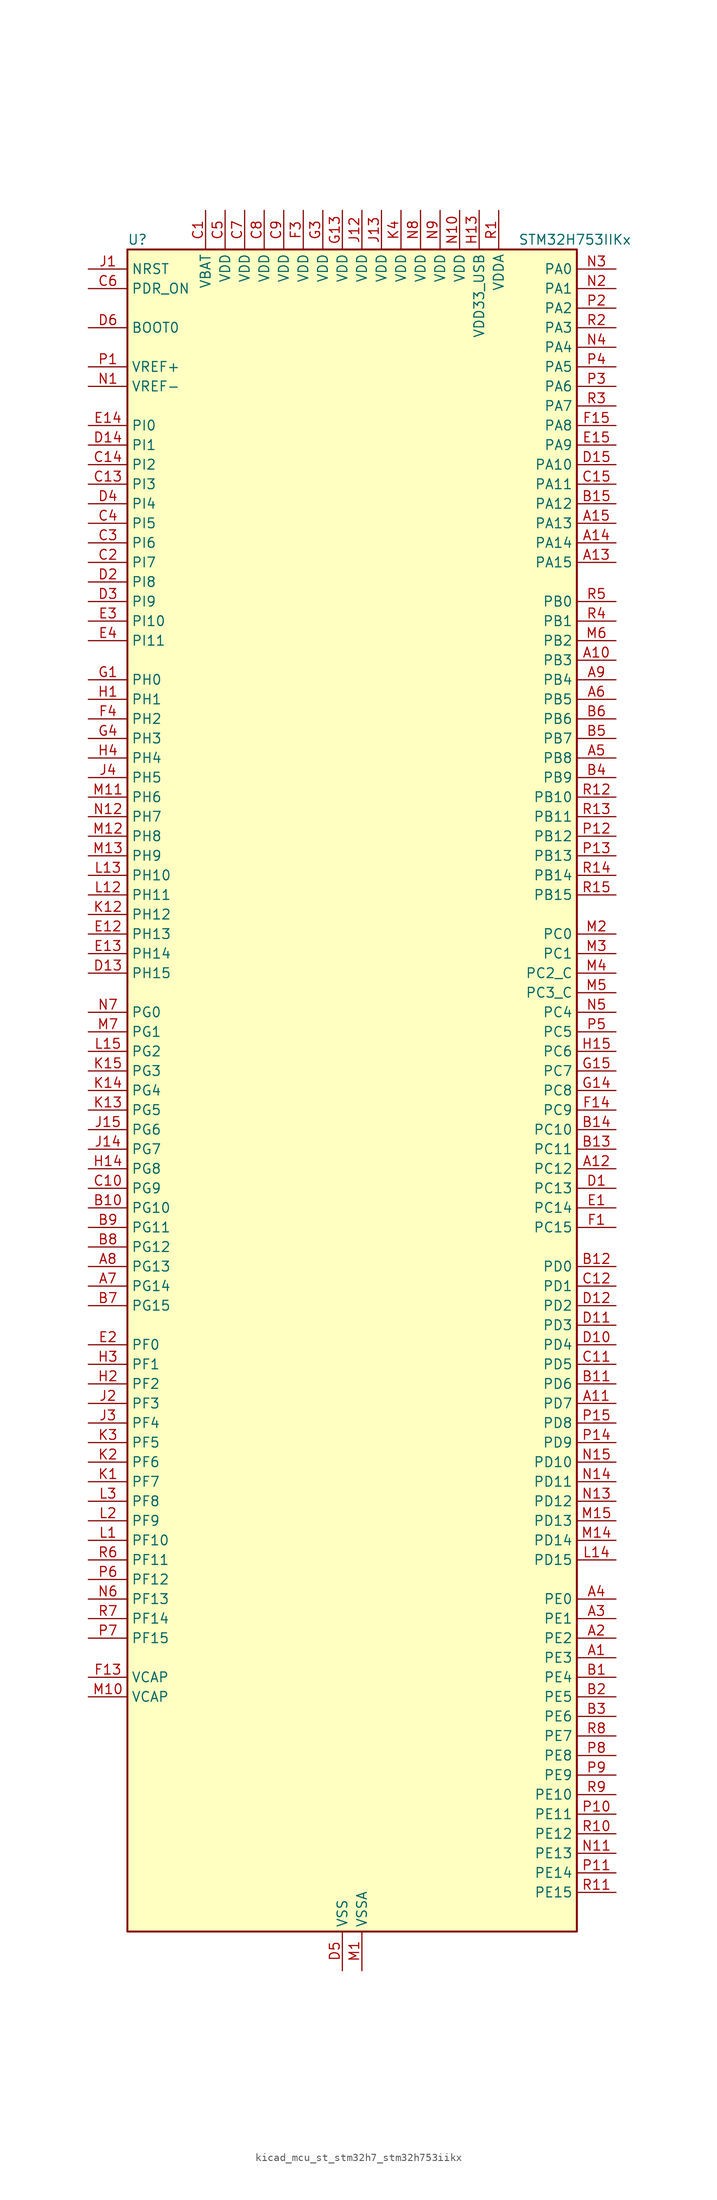
<source format=kicad_sym>
(kicad_symbol_lib
  (version 20220914)
  (generator kicad_symbol_editor)
  (symbol "kicad_mcu_st_stm32h7_stm32h753iikx"
    (property "Reference" "U"
      (at -27.94 110.49 0)
      (effects (font (size 1.27 1.27)) (justify left)))
    (property "Value" "STM32H753IIKx"
      (at 22.86 110.49 0)
      (effects (font (size 1.27 1.27)) (justify left)))
    (property "ki_locked" ""
      (at 0 0 0)
      (effects (font (size 1.27 1.27))))
    (symbol "kicad_mcu_st_stm32h7_stm32h753iikx_0_1"
      (rectangle (start -27.94 -109.22) (end 30.48 109.22) (stroke (width 0.254) (type default)) (fill (type background))))
    (symbol "kicad_mcu_st_stm32h7_stm32h753iikx_1_1"
      (pin bidirectional line (at 35.56 -73.66 180) (length 5.08) (name "PE3" (effects (font (size 1.27 1.27)))) (number "A1" (effects (font (size 1.27 1.27)))) (alternate "DEBUG_TRACED0" bidirectional line) (alternate "FMC_A19" bidirectional line) (alternate "SAI1_SD_B" bidirectional line) (alternate "SAI4_SD_B" bidirectional line) (alternate "TIM15_BKIN" bidirectional line))
      (pin bidirectional line (at 35.56 55.88 180) (length 5.08) (name "PB3" (effects (font (size 1.27 1.27)))) (number "A10" (effects (font (size 1.27 1.27)))) (alternate "CRS_SYNC" bidirectional line) (alternate "DEBUG_JTDO-SWO" bidirectional line) (alternate "HRTIM_FLT4" bidirectional line) (alternate "I2S1_CK" bidirectional line) (alternate "I2S3_CK" bidirectional line) (alternate "SDMMC2_D2" bidirectional line) (alternate "SPI1_SCK" bidirectional line) (alternate "SPI3_SCK" bidirectional line) (alternate "SPI6_SCK" bidirectional line) (alternate "TIM2_CH2" bidirectional line) (alternate "UART7_RX" bidirectional line))
      (pin bidirectional line (at 35.56 -40.64 180) (length 5.08) (name "PD7" (effects (font (size 1.27 1.27)))) (number "A11" (effects (font (size 1.27 1.27)))) (alternate "DFSDM1_CKIN1" bidirectional line) (alternate "DFSDM1_DATIN4" bidirectional line) (alternate "FMC_NE1" bidirectional line) (alternate "I2S1_SDO" bidirectional line) (alternate "SDMMC2_CMD" bidirectional line) (alternate "SPDIFRX1_IN0" bidirectional line) (alternate "SPI1_MOSI" bidirectional line) (alternate "USART2_CK" bidirectional line))
      (pin bidirectional line (at 35.56 -10.16 180) (length 5.08) (name "PC12" (effects (font (size 1.27 1.27)))) (number "A12" (effects (font (size 1.27 1.27)))) (alternate "DCMI_D9" bidirectional line) (alternate "DEBUG_TRACED3" bidirectional line) (alternate "HRTIM_EEV2" bidirectional line) (alternate "I2S3_SDO" bidirectional line) (alternate "SDMMC1_CK" bidirectional line) (alternate "SPI3_MOSI" bidirectional line) (alternate "UART5_TX" bidirectional line) (alternate "USART3_CK" bidirectional line))
      (pin bidirectional line (at 35.56 68.58 180) (length 5.08) (name "PA15" (effects (font (size 1.27 1.27)))) (number "A13" (effects (font (size 1.27 1.27)))) (alternate "ADC1_EXTI15" bidirectional line) (alternate "ADC2_EXTI15" bidirectional line) (alternate "ADC3_EXTI15" bidirectional line) (alternate "CEC" bidirectional line) (alternate "DEBUG_JTDI" bidirectional line) (alternate "HRTIM_FLT1" bidirectional line) (alternate "I2S1_WS" bidirectional line) (alternate "I2S3_WS" bidirectional line) (alternate "SPI1_NSS" bidirectional line) (alternate "SPI3_NSS" bidirectional line) (alternate "SPI6_NSS" bidirectional line) (alternate "TIM2_CH1" bidirectional line) (alternate "TIM2_ETR" bidirectional line) (alternate "UART4_DE" bidirectional line) (alternate "UART4_RTS" bidirectional line) (alternate "UART7_TX" bidirectional line))
      (pin bidirectional line (at 35.56 71.12 180) (length 5.08) (name "PA14" (effects (font (size 1.27 1.27)))) (number "A14" (effects (font (size 1.27 1.27)))) (alternate "DEBUG_JTCK-SWCLK" bidirectional line))
      (pin bidirectional line (at 35.56 73.66 180) (length 5.08) (name "PA13" (effects (font (size 1.27 1.27)))) (number "A15" (effects (font (size 1.27 1.27)))) (alternate "DEBUG_JTMS-SWDIO" bidirectional line))
      (pin bidirectional line (at 35.56 -71.12 180) (length 5.08) (name "PE2" (effects (font (size 1.27 1.27)))) (number "A2" (effects (font (size 1.27 1.27)))) (alternate "DEBUG_TRACECLK" bidirectional line) (alternate "ETH_TXD3" bidirectional line) (alternate "FMC_A23" bidirectional line) (alternate "QUADSPI_BK1_IO2" bidirectional line) (alternate "SAI1_CK1" bidirectional line) (alternate "SAI1_MCLK_A" bidirectional line) (alternate "SAI4_CK1" bidirectional line) (alternate "SAI4_MCLK_A" bidirectional line) (alternate "SPI4_SCK" bidirectional line))
      (pin bidirectional line (at 35.56 -68.58 180) (length 5.08) (name "PE1" (effects (font (size 1.27 1.27)))) (number "A3" (effects (font (size 1.27 1.27)))) (alternate "DCMI_D3" bidirectional line) (alternate "FMC_NBL1" bidirectional line) (alternate "HRTIM_SCOUT" bidirectional line) (alternate "LPTIM1_IN2" bidirectional line) (alternate "UART8_TX" bidirectional line))
      (pin bidirectional line (at 35.56 -66.04 180) (length 5.08) (name "PE0" (effects (font (size 1.27 1.27)))) (number "A4" (effects (font (size 1.27 1.27)))) (alternate "DCMI_D2" bidirectional line) (alternate "FMC_NBL0" bidirectional line) (alternate "HRTIM_SCIN" bidirectional line) (alternate "LPTIM1_ETR" bidirectional line) (alternate "LPTIM2_ETR" bidirectional line) (alternate "SAI2_MCLK_A" bidirectional line) (alternate "TIM4_ETR" bidirectional line) (alternate "UART8_RX" bidirectional line))
      (pin bidirectional line (at 35.56 43.18 180) (length 5.08) (name "PB8" (effects (font (size 1.27 1.27)))) (number "A5" (effects (font (size 1.27 1.27)))) (alternate "DCMI_D6" bidirectional line) (alternate "DFSDM1_CKIN7" bidirectional line) (alternate "ETH_TXD3" bidirectional line) (alternate "FDCAN1_RX" bidirectional line) (alternate "I2C1_SCL" bidirectional line) (alternate "I2C4_SCL" bidirectional line) (alternate "LTDC_B6" bidirectional line) (alternate "SDMMC1_CKIN" bidirectional line) (alternate "SDMMC1_D4" bidirectional line) (alternate "SDMMC2_D4" bidirectional line) (alternate "TIM16_CH1" bidirectional line) (alternate "TIM4_CH3" bidirectional line) (alternate "UART4_RX" bidirectional line))
      (pin bidirectional line (at 35.56 50.8 180) (length 5.08) (name "PB5" (effects (font (size 1.27 1.27)))) (number "A6" (effects (font (size 1.27 1.27)))) (alternate "DCMI_D10" bidirectional line) (alternate "ETH_PPS_OUT" bidirectional line) (alternate "FDCAN2_RX" bidirectional line) (alternate "FMC_SDCKE1" bidirectional line) (alternate "HRTIM_EEV7" bidirectional line) (alternate "I2C1_SMBA" bidirectional line) (alternate "I2C4_SMBA" bidirectional line) (alternate "I2S1_SDO" bidirectional line) (alternate "I2S3_SDO" bidirectional line) (alternate "SPI1_MOSI" bidirectional line) (alternate "SPI3_MOSI" bidirectional line) (alternate "SPI6_MOSI" bidirectional line) (alternate "TIM17_BKIN" bidirectional line) (alternate "TIM3_CH2" bidirectional line) (alternate "UART5_RX" bidirectional line) (alternate "USB_OTG_HS_ULPI_D7" bidirectional line))
      (pin bidirectional line (at -33.02 -25.4 0) (length 5.08) (name "PG14" (effects (font (size 1.27 1.27)))) (number "A7" (effects (font (size 1.27 1.27)))) (alternate "DEBUG_TRACED1" bidirectional line) (alternate "ETH_TXD1" bidirectional line) (alternate "FMC_A25" bidirectional line) (alternate "LPTIM1_ETR" bidirectional line) (alternate "LTDC_B0" bidirectional line) (alternate "QUADSPI_BK2_IO3" bidirectional line) (alternate "SPI6_MOSI" bidirectional line) (alternate "USART6_TX" bidirectional line))
      (pin bidirectional line (at -33.02 -22.86 0) (length 5.08) (name "PG13" (effects (font (size 1.27 1.27)))) (number "A8" (effects (font (size 1.27 1.27)))) (alternate "DEBUG_TRACED0" bidirectional line) (alternate "ETH_TXD0" bidirectional line) (alternate "FMC_A24" bidirectional line) (alternate "HRTIM_EEV10" bidirectional line) (alternate "LPTIM1_OUT" bidirectional line) (alternate "LTDC_R0" bidirectional line) (alternate "SPI6_SCK" bidirectional line) (alternate "USART6_CTS" bidirectional line) (alternate "USART6_NSS" bidirectional line))
      (pin bidirectional line (at 35.56 53.34 180) (length 5.08) (name "PB4" (effects (font (size 1.27 1.27)))) (number "A9" (effects (font (size 1.27 1.27)))) (alternate "DEBUG_JTRST" bidirectional line) (alternate "HRTIM_EEV6" bidirectional line) (alternate "I2S1_SDI" bidirectional line) (alternate "I2S2_WS" bidirectional line) (alternate "I2S3_SDI" bidirectional line) (alternate "SDMMC2_D3" bidirectional line) (alternate "SPI1_MISO" bidirectional line) (alternate "SPI2_NSS" bidirectional line) (alternate "SPI3_MISO" bidirectional line) (alternate "SPI6_MISO" bidirectional line) (alternate "TIM16_BKIN" bidirectional line) (alternate "TIM3_CH1" bidirectional line) (alternate "UART7_TX" bidirectional line))
      (pin bidirectional line (at 35.56 -76.2 180) (length 5.08) (name "PE4" (effects (font (size 1.27 1.27)))) (number "B1" (effects (font (size 1.27 1.27)))) (alternate "DCMI_D4" bidirectional line) (alternate "DEBUG_TRACED1" bidirectional line) (alternate "DFSDM1_DATIN3" bidirectional line) (alternate "FMC_A20" bidirectional line) (alternate "LTDC_B0" bidirectional line) (alternate "SAI1_D2" bidirectional line) (alternate "SAI1_FS_A" bidirectional line) (alternate "SAI4_D2" bidirectional line) (alternate "SAI4_FS_A" bidirectional line) (alternate "SPI4_NSS" bidirectional line) (alternate "TIM15_CH1N" bidirectional line))
      (pin bidirectional line (at -33.02 -15.24 0) (length 5.08) (name "PG10" (effects (font (size 1.27 1.27)))) (number "B10" (effects (font (size 1.27 1.27)))) (alternate "DCMI_D2" bidirectional line) (alternate "FMC_NE3" bidirectional line) (alternate "HRTIM_FLT5" bidirectional line) (alternate "I2S1_WS" bidirectional line) (alternate "LTDC_B2" bidirectional line) (alternate "LTDC_G3" bidirectional line) (alternate "SAI2_SD_B" bidirectional line) (alternate "SPI1_NSS" bidirectional line))
      (pin bidirectional line (at 35.56 -38.1 180) (length 5.08) (name "PD6" (effects (font (size 1.27 1.27)))) (number "B11" (effects (font (size 1.27 1.27)))) (alternate "DCMI_D10" bidirectional line) (alternate "DFSDM1_CKIN4" bidirectional line) (alternate "DFSDM1_DATIN1" bidirectional line) (alternate "FMC_NWAIT" bidirectional line) (alternate "I2S3_SDO" bidirectional line) (alternate "LTDC_B2" bidirectional line) (alternate "SAI1_D1" bidirectional line) (alternate "SAI1_SD_A" bidirectional line) (alternate "SAI4_D1" bidirectional line) (alternate "SAI4_SD_A" bidirectional line) (alternate "SDMMC2_CK" bidirectional line) (alternate "SPI3_MOSI" bidirectional line) (alternate "USART2_RX" bidirectional line))
      (pin bidirectional line (at 35.56 -22.86 180) (length 5.08) (name "PD0" (effects (font (size 1.27 1.27)))) (number "B12" (effects (font (size 1.27 1.27)))) (alternate "DFSDM1_CKIN6" bidirectional line) (alternate "FDCAN1_RX" bidirectional line) (alternate "FMC_D2" bidirectional line) (alternate "FMC_DA2" bidirectional line) (alternate "SAI3_SCK_A" bidirectional line) (alternate "UART4_RX" bidirectional line))
      (pin bidirectional line (at 35.56 -7.62 180) (length 5.08) (name "PC11" (effects (font (size 1.27 1.27)))) (number "B13" (effects (font (size 1.27 1.27)))) (alternate "ADC1_EXTI11" bidirectional line) (alternate "ADC2_EXTI11" bidirectional line) (alternate "ADC3_EXTI11" bidirectional line) (alternate "DCMI_D4" bidirectional line) (alternate "DFSDM1_DATIN5" bidirectional line) (alternate "HRTIM_FLT2" bidirectional line) (alternate "I2S3_SDI" bidirectional line) (alternate "QUADSPI_BK2_NCS" bidirectional line) (alternate "SDMMC1_D3" bidirectional line) (alternate "SPI3_MISO" bidirectional line) (alternate "UART4_RX" bidirectional line) (alternate "USART3_RX" bidirectional line))
      (pin bidirectional line (at 35.56 -5.08 180) (length 5.08) (name "PC10" (effects (font (size 1.27 1.27)))) (number "B14" (effects (font (size 1.27 1.27)))) (alternate "DCMI_D8" bidirectional line) (alternate "DFSDM1_CKIN5" bidirectional line) (alternate "HRTIM_EEV1" bidirectional line) (alternate "I2S3_CK" bidirectional line) (alternate "LTDC_R2" bidirectional line) (alternate "QUADSPI_BK1_IO1" bidirectional line) (alternate "SDMMC1_D2" bidirectional line) (alternate "SPI3_SCK" bidirectional line) (alternate "UART4_TX" bidirectional line) (alternate "USART3_TX" bidirectional line))
      (pin bidirectional line (at 35.56 76.2 180) (length 5.08) (name "PA12" (effects (font (size 1.27 1.27)))) (number "B15" (effects (font (size 1.27 1.27)))) (alternate "FDCAN1_TX" bidirectional line) (alternate "HRTIM_CHD2" bidirectional line) (alternate "I2S2_CK" bidirectional line) (alternate "LPUART1_DE" bidirectional line) (alternate "LPUART1_RTS" bidirectional line) (alternate "LTDC_R5" bidirectional line) (alternate "SAI2_FS_B" bidirectional line) (alternate "SPI2_SCK" bidirectional line) (alternate "TIM1_ETR" bidirectional line) (alternate "UART4_TX" bidirectional line) (alternate "USART1_DE" bidirectional line) (alternate "USART1_RTS" bidirectional line) (alternate "USB_OTG_FS_DP" bidirectional line))
      (pin bidirectional line (at 35.56 -78.74 180) (length 5.08) (name "PE5" (effects (font (size 1.27 1.27)))) (number "B2" (effects (font (size 1.27 1.27)))) (alternate "DCMI_D6" bidirectional line) (alternate "DEBUG_TRACED2" bidirectional line) (alternate "DFSDM1_CKIN3" bidirectional line) (alternate "FMC_A21" bidirectional line) (alternate "LTDC_G0" bidirectional line) (alternate "SAI1_CK2" bidirectional line) (alternate "SAI1_SCK_A" bidirectional line) (alternate "SAI4_CK2" bidirectional line) (alternate "SAI4_SCK_A" bidirectional line) (alternate "SPI4_MISO" bidirectional line) (alternate "TIM15_CH1" bidirectional line))
      (pin bidirectional line (at 35.56 -81.28 180) (length 5.08) (name "PE6" (effects (font (size 1.27 1.27)))) (number "B3" (effects (font (size 1.27 1.27)))) (alternate "DCMI_D7" bidirectional line) (alternate "DEBUG_TRACED3" bidirectional line) (alternate "FMC_A22" bidirectional line) (alternate "LTDC_G1" bidirectional line) (alternate "SAI1_D1" bidirectional line) (alternate "SAI1_SD_A" bidirectional line) (alternate "SAI2_MCLK_B" bidirectional line) (alternate "SAI4_D1" bidirectional line) (alternate "SAI4_SD_A" bidirectional line) (alternate "SPI4_MOSI" bidirectional line) (alternate "TIM15_CH2" bidirectional line) (alternate "TIM1_BKIN2" bidirectional line) (alternate "TIM1_BKIN2_COMP1" bidirectional line) (alternate "TIM1_BKIN2_COMP2" bidirectional line))
      (pin bidirectional line (at 35.56 40.64 180) (length 5.08) (name "PB9" (effects (font (size 1.27 1.27)))) (number "B4" (effects (font (size 1.27 1.27)))) (alternate "DAC1_EXTI9" bidirectional line) (alternate "DCMI_D7" bidirectional line) (alternate "DFSDM1_DATIN7" bidirectional line) (alternate "FDCAN1_TX" bidirectional line) (alternate "I2C1_SDA" bidirectional line) (alternate "I2C4_SDA" bidirectional line) (alternate "I2C4_SMBA" bidirectional line) (alternate "I2S2_WS" bidirectional line) (alternate "LTDC_B7" bidirectional line) (alternate "SDMMC1_CDIR" bidirectional line) (alternate "SDMMC1_D5" bidirectional line) (alternate "SDMMC2_D5" bidirectional line) (alternate "SPI2_NSS" bidirectional line) (alternate "TIM17_CH1" bidirectional line) (alternate "TIM4_CH4" bidirectional line) (alternate "UART4_TX" bidirectional line))
      (pin bidirectional line (at 35.56 45.72 180) (length 5.08) (name "PB7" (effects (font (size 1.27 1.27)))) (number "B5" (effects (font (size 1.27 1.27)))) (alternate "DCMI_VSYNC" bidirectional line) (alternate "DFSDM1_CKIN5" bidirectional line) (alternate "FMC_NL" bidirectional line) (alternate "HRTIM_EEV9" bidirectional line) (alternate "I2C1_SDA" bidirectional line) (alternate "I2C4_SDA" bidirectional line) (alternate "LPUART1_RX" bidirectional line) (alternate "PWR_PVD_IN" bidirectional line) (alternate "TIM17_CH1N" bidirectional line) (alternate "TIM4_CH2" bidirectional line) (alternate "USART1_RX" bidirectional line))
      (pin bidirectional line (at 35.56 48.26 180) (length 5.08) (name "PB6" (effects (font (size 1.27 1.27)))) (number "B6" (effects (font (size 1.27 1.27)))) (alternate "CEC" bidirectional line) (alternate "DCMI_D5" bidirectional line) (alternate "DFSDM1_DATIN5" bidirectional line) (alternate "FDCAN2_TX" bidirectional line) (alternate "FMC_SDNE1" bidirectional line) (alternate "HRTIM_EEV8" bidirectional line) (alternate "I2C1_SCL" bidirectional line) (alternate "I2C4_SCL" bidirectional line) (alternate "LPUART1_TX" bidirectional line) (alternate "QUADSPI_BK1_NCS" bidirectional line) (alternate "TIM16_CH1N" bidirectional line) (alternate "TIM4_CH1" bidirectional line) (alternate "UART5_TX" bidirectional line) (alternate "USART1_TX" bidirectional line))
      (pin bidirectional line (at -33.02 -27.94 0) (length 5.08) (name "PG15" (effects (font (size 1.27 1.27)))) (number "B7" (effects (font (size 1.27 1.27)))) (alternate "ADC1_EXTI15" bidirectional line) (alternate "ADC2_EXTI15" bidirectional line) (alternate "ADC3_EXTI15" bidirectional line) (alternate "DCMI_D13" bidirectional line) (alternate "FMC_SDNCAS" bidirectional line) (alternate "USART6_CTS" bidirectional line) (alternate "USART6_NSS" bidirectional line))
      (pin bidirectional line (at -33.02 -20.32 0) (length 5.08) (name "PG12" (effects (font (size 1.27 1.27)))) (number "B8" (effects (font (size 1.27 1.27)))) (alternate "ETH_TXD1" bidirectional line) (alternate "FMC_NE4" bidirectional line) (alternate "HRTIM_EEV5" bidirectional line) (alternate "LPTIM1_IN1" bidirectional line) (alternate "LTDC_B1" bidirectional line) (alternate "LTDC_B4" bidirectional line) (alternate "SPDIFRX1_IN1" bidirectional line) (alternate "SPI6_MISO" bidirectional line) (alternate "USART6_DE" bidirectional line) (alternate "USART6_RTS" bidirectional line))
      (pin bidirectional line (at -33.02 -17.78 0) (length 5.08) (name "PG11" (effects (font (size 1.27 1.27)))) (number "B9" (effects (font (size 1.27 1.27)))) (alternate "ADC1_EXTI11" bidirectional line) (alternate "ADC2_EXTI11" bidirectional line) (alternate "ADC3_EXTI11" bidirectional line) (alternate "DCMI_D3" bidirectional line) (alternate "ETH_TX_EN" bidirectional line) (alternate "HRTIM_EEV4" bidirectional line) (alternate "I2S1_CK" bidirectional line) (alternate "LPTIM1_IN2" bidirectional line) (alternate "LTDC_B3" bidirectional line) (alternate "SDMMC2_D2" bidirectional line) (alternate "SPDIFRX1_IN0" bidirectional line) (alternate "SPI1_SCK" bidirectional line))
      (pin power_in line (at -17.78 114.3 270) (length 5.08) (name "VBAT" (effects (font (size 1.27 1.27)))) (number "C1" (effects (font (size 1.27 1.27)))))
      (pin bidirectional line (at -33.02 -12.7 0) (length 5.08) (name "PG9" (effects (font (size 1.27 1.27)))) (number "C10" (effects (font (size 1.27 1.27)))) (alternate "DAC1_EXTI9" bidirectional line) (alternate "DCMI_VSYNC" bidirectional line) (alternate "FMC_NCE" bidirectional line) (alternate "FMC_NE2" bidirectional line) (alternate "I2S1_SDI" bidirectional line) (alternate "QUADSPI_BK2_IO2" bidirectional line) (alternate "SAI2_FS_B" bidirectional line) (alternate "SPDIFRX1_IN3" bidirectional line) (alternate "SPI1_MISO" bidirectional line) (alternate "USART6_RX" bidirectional line))
      (pin bidirectional line (at 35.56 -35.56 180) (length 5.08) (name "PD5" (effects (font (size 1.27 1.27)))) (number "C11" (effects (font (size 1.27 1.27)))) (alternate "FMC_NWE" bidirectional line) (alternate "HRTIM_EEV3" bidirectional line) (alternate "USART2_TX" bidirectional line))
      (pin bidirectional line (at 35.56 -25.4 180) (length 5.08) (name "PD1" (effects (font (size 1.27 1.27)))) (number "C12" (effects (font (size 1.27 1.27)))) (alternate "DFSDM1_DATIN6" bidirectional line) (alternate "FDCAN1_TX" bidirectional line) (alternate "FMC_D3" bidirectional line) (alternate "FMC_DA3" bidirectional line) (alternate "SAI3_SD_A" bidirectional line) (alternate "UART4_TX" bidirectional line))
      (pin bidirectional line (at -33.02 78.74 0) (length 5.08) (name "PI3" (effects (font (size 1.27 1.27)))) (number "C13" (effects (font (size 1.27 1.27)))) (alternate "DCMI_D10" bidirectional line) (alternate "FMC_D27" bidirectional line) (alternate "I2S2_SDO" bidirectional line) (alternate "SPI2_MOSI" bidirectional line) (alternate "TIM8_ETR" bidirectional line))
      (pin bidirectional line (at -33.02 81.28 0) (length 5.08) (name "PI2" (effects (font (size 1.27 1.27)))) (number "C14" (effects (font (size 1.27 1.27)))) (alternate "DCMI_D9" bidirectional line) (alternate "FMC_D26" bidirectional line) (alternate "I2S2_SDI" bidirectional line) (alternate "LTDC_G7" bidirectional line) (alternate "SPI2_MISO" bidirectional line) (alternate "TIM8_CH4" bidirectional line))
      (pin bidirectional line (at 35.56 78.74 180) (length 5.08) (name "PA11" (effects (font (size 1.27 1.27)))) (number "C15" (effects (font (size 1.27 1.27)))) (alternate "ADC1_EXTI11" bidirectional line) (alternate "ADC2_EXTI11" bidirectional line) (alternate "ADC3_EXTI11" bidirectional line) (alternate "FDCAN1_RX" bidirectional line) (alternate "HRTIM_CHD1" bidirectional line) (alternate "I2S2_WS" bidirectional line) (alternate "LPUART1_CTS" bidirectional line) (alternate "LTDC_R4" bidirectional line) (alternate "SPI2_NSS" bidirectional line) (alternate "TIM1_CH4" bidirectional line) (alternate "UART4_RX" bidirectional line) (alternate "USART1_CTS" bidirectional line) (alternate "USART1_NSS" bidirectional line) (alternate "USB_OTG_FS_DM" bidirectional line))
      (pin bidirectional line (at -33.02 68.58 0) (length 5.08) (name "PI7" (effects (font (size 1.27 1.27)))) (number "C2" (effects (font (size 1.27 1.27)))) (alternate "DCMI_D7" bidirectional line) (alternate "FMC_D29" bidirectional line) (alternate "LTDC_B7" bidirectional line) (alternate "SAI2_FS_A" bidirectional line) (alternate "TIM8_CH3" bidirectional line))
      (pin bidirectional line (at -33.02 71.12 0) (length 5.08) (name "PI6" (effects (font (size 1.27 1.27)))) (number "C3" (effects (font (size 1.27 1.27)))) (alternate "DCMI_D6" bidirectional line) (alternate "FMC_D28" bidirectional line) (alternate "LTDC_B6" bidirectional line) (alternate "SAI2_SD_A" bidirectional line) (alternate "TIM8_CH2" bidirectional line))
      (pin bidirectional line (at -33.02 73.66 0) (length 5.08) (name "PI5" (effects (font (size 1.27 1.27)))) (number "C4" (effects (font (size 1.27 1.27)))) (alternate "DCMI_VSYNC" bidirectional line) (alternate "FMC_NBL3" bidirectional line) (alternate "LTDC_B5" bidirectional line) (alternate "SAI2_SCK_A" bidirectional line) (alternate "TIM8_CH1" bidirectional line))
      (pin power_in line (at -15.24 114.3 270) (length 5.08) (name "VDD" (effects (font (size 1.27 1.27)))) (number "C5" (effects (font (size 1.27 1.27)))))
      (pin input line (at -33.02 104.14 0) (length 5.08) (name "PDR_ON" (effects (font (size 1.27 1.27)))) (number "C6" (effects (font (size 1.27 1.27)))))
      (pin power_in line (at -12.7 114.3 270) (length 5.08) (name "VDD" (effects (font (size 1.27 1.27)))) (number "C7" (effects (font (size 1.27 1.27)))))
      (pin power_in line (at -10.16 114.3 270) (length 5.08) (name "VDD" (effects (font (size 1.27 1.27)))) (number "C8" (effects (font (size 1.27 1.27)))))
      (pin power_in line (at -7.62 114.3 270) (length 5.08) (name "VDD" (effects (font (size 1.27 1.27)))) (number "C9" (effects (font (size 1.27 1.27)))))
      (pin bidirectional line (at 35.56 -12.7 180) (length 5.08) (name "PC13" (effects (font (size 1.27 1.27)))) (number "D1" (effects (font (size 1.27 1.27)))) (alternate "PWR_WKUP2" bidirectional line) (alternate "RTC_OUT_ALARM" bidirectional line) (alternate "RTC_OUT_CALIB" bidirectional line) (alternate "RTC_TAMP1" bidirectional line) (alternate "RTC_TS" bidirectional line))
      (pin bidirectional line (at 35.56 -33.02 180) (length 5.08) (name "PD4" (effects (font (size 1.27 1.27)))) (number "D10" (effects (font (size 1.27 1.27)))) (alternate "FMC_NOE" bidirectional line) (alternate "HRTIM_FLT3" bidirectional line) (alternate "SAI3_FS_A" bidirectional line) (alternate "USART2_DE" bidirectional line) (alternate "USART2_RTS" bidirectional line))
      (pin bidirectional line (at 35.56 -30.48 180) (length 5.08) (name "PD3" (effects (font (size 1.27 1.27)))) (number "D11" (effects (font (size 1.27 1.27)))) (alternate "DCMI_D5" bidirectional line) (alternate "DFSDM1_CKOUT" bidirectional line) (alternate "FMC_CLK" bidirectional line) (alternate "I2S2_CK" bidirectional line) (alternate "LTDC_G7" bidirectional line) (alternate "SPI2_SCK" bidirectional line) (alternate "USART2_CTS" bidirectional line) (alternate "USART2_NSS" bidirectional line))
      (pin bidirectional line (at 35.56 -27.94 180) (length 5.08) (name "PD2" (effects (font (size 1.27 1.27)))) (number "D12" (effects (font (size 1.27 1.27)))) (alternate "DCMI_D11" bidirectional line) (alternate "DEBUG_TRACED2" bidirectional line) (alternate "SDMMC1_CMD" bidirectional line) (alternate "TIM3_ETR" bidirectional line) (alternate "UART5_RX" bidirectional line))
      (pin bidirectional line (at -33.02 15.24 0) (length 5.08) (name "PH15" (effects (font (size 1.27 1.27)))) (number "D13" (effects (font (size 1.27 1.27)))) (alternate "ADC1_EXTI15" bidirectional line) (alternate "ADC2_EXTI15" bidirectional line) (alternate "ADC3_EXTI15" bidirectional line) (alternate "DCMI_D11" bidirectional line) (alternate "FMC_D23" bidirectional line) (alternate "LTDC_G4" bidirectional line) (alternate "TIM8_CH3N" bidirectional line))
      (pin bidirectional line (at -33.02 83.82 0) (length 5.08) (name "PI1" (effects (font (size 1.27 1.27)))) (number "D14" (effects (font (size 1.27 1.27)))) (alternate "DCMI_D8" bidirectional line) (alternate "FMC_D25" bidirectional line) (alternate "I2S2_CK" bidirectional line) (alternate "LTDC_G6" bidirectional line) (alternate "SPI2_SCK" bidirectional line) (alternate "TIM8_BKIN2" bidirectional line) (alternate "TIM8_BKIN2_COMP1" bidirectional line) (alternate "TIM8_BKIN2_COMP2" bidirectional line))
      (pin bidirectional line (at 35.56 81.28 180) (length 5.08) (name "PA10" (effects (font (size 1.27 1.27)))) (number "D15" (effects (font (size 1.27 1.27)))) (alternate "DCMI_D1" bidirectional line) (alternate "HRTIM_CHC2" bidirectional line) (alternate "LPUART1_RX" bidirectional line) (alternate "LTDC_B1" bidirectional line) (alternate "LTDC_B4" bidirectional line) (alternate "MDIOS_MDIO" bidirectional line) (alternate "TIM1_CH3" bidirectional line) (alternate "USART1_RX" bidirectional line) (alternate "USB_OTG_FS_ID" bidirectional line))
      (pin bidirectional line (at -33.02 66.04 0) (length 5.08) (name "PI8" (effects (font (size 1.27 1.27)))) (number "D2" (effects (font (size 1.27 1.27)))) (alternate "PWR_WKUP3" bidirectional line) (alternate "RTC_TAMP2" bidirectional line))
      (pin bidirectional line (at -33.02 63.5 0) (length 5.08) (name "PI9" (effects (font (size 1.27 1.27)))) (number "D3" (effects (font (size 1.27 1.27)))) (alternate "DAC1_EXTI9" bidirectional line) (alternate "FDCAN1_RX" bidirectional line) (alternate "FMC_D30" bidirectional line) (alternate "LTDC_VSYNC" bidirectional line) (alternate "UART4_RX" bidirectional line))
      (pin bidirectional line (at -33.02 76.2 0) (length 5.08) (name "PI4" (effects (font (size 1.27 1.27)))) (number "D4" (effects (font (size 1.27 1.27)))) (alternate "DCMI_D5" bidirectional line) (alternate "FMC_NBL2" bidirectional line) (alternate "LTDC_B4" bidirectional line) (alternate "SAI2_MCLK_A" bidirectional line) (alternate "TIM8_BKIN" bidirectional line) (alternate "TIM8_BKIN_COMP1" bidirectional line) (alternate "TIM8_BKIN_COMP2" bidirectional line))
      (pin power_in line (at 0 -114.3 90) (length 5.08) (name "VSS" (effects (font (size 1.27 1.27)))) (number "D5" (effects (font (size 1.27 1.27)))))
      (pin input line (at -33.02 99.06 0) (length 5.08) (name "BOOT0" (effects (font (size 1.27 1.27)))) (number "D6" (effects (font (size 1.27 1.27)))))
      (pin passive line (at 0 -114.3 90) (length 5.08) hide (name "VSS" (effects (font (size 1.27 1.27)))) (number "D7" (effects (font (size 1.27 1.27)))))
      (pin passive line (at 0 -114.3 90) (length 5.08) hide (name "VSS" (effects (font (size 1.27 1.27)))) (number "D8" (effects (font (size 1.27 1.27)))))
      (pin passive line (at 0 -114.3 90) (length 5.08) hide (name "VSS" (effects (font (size 1.27 1.27)))) (number "D9" (effects (font (size 1.27 1.27)))))
      (pin bidirectional line (at 35.56 -15.24 180) (length 5.08) (name "PC14" (effects (font (size 1.27 1.27)))) (number "E1" (effects (font (size 1.27 1.27)))) (alternate "RCC_OSC32_IN" bidirectional line))
      (pin bidirectional line (at -33.02 20.32 0) (length 5.08) (name "PH13" (effects (font (size 1.27 1.27)))) (number "E12" (effects (font (size 1.27 1.27)))) (alternate "FDCAN1_TX" bidirectional line) (alternate "FMC_D21" bidirectional line) (alternate "LTDC_G2" bidirectional line) (alternate "TIM8_CH1N" bidirectional line) (alternate "UART4_TX" bidirectional line))
      (pin bidirectional line (at -33.02 17.78 0) (length 5.08) (name "PH14" (effects (font (size 1.27 1.27)))) (number "E13" (effects (font (size 1.27 1.27)))) (alternate "DCMI_D4" bidirectional line) (alternate "FDCAN1_RX" bidirectional line) (alternate "FMC_D22" bidirectional line) (alternate "LTDC_G3" bidirectional line) (alternate "TIM8_CH2N" bidirectional line) (alternate "UART4_RX" bidirectional line))
      (pin bidirectional line (at -33.02 86.36 0) (length 5.08) (name "PI0" (effects (font (size 1.27 1.27)))) (number "E14" (effects (font (size 1.27 1.27)))) (alternate "DCMI_D13" bidirectional line) (alternate "FMC_D24" bidirectional line) (alternate "I2S2_WS" bidirectional line) (alternate "LTDC_G5" bidirectional line) (alternate "SPI2_NSS" bidirectional line) (alternate "TIM5_CH4" bidirectional line))
      (pin bidirectional line (at 35.56 83.82 180) (length 5.08) (name "PA9" (effects (font (size 1.27 1.27)))) (number "E15" (effects (font (size 1.27 1.27)))) (alternate "DAC1_EXTI9" bidirectional line) (alternate "DCMI_D0" bidirectional line) (alternate "HRTIM_CHC1" bidirectional line) (alternate "I2C3_SMBA" bidirectional line) (alternate "I2S2_CK" bidirectional line) (alternate "LPUART1_TX" bidirectional line) (alternate "LTDC_R5" bidirectional line) (alternate "SPI2_SCK" bidirectional line) (alternate "TIM1_CH2" bidirectional line) (alternate "USART1_TX" bidirectional line) (alternate "USB_OTG_FS_VBUS" bidirectional line))
      (pin bidirectional line (at -33.02 -33.02 0) (length 5.08) (name "PF0" (effects (font (size 1.27 1.27)))) (number "E2" (effects (font (size 1.27 1.27)))) (alternate "FMC_A0" bidirectional line) (alternate "I2C2_SDA" bidirectional line))
      (pin bidirectional line (at -33.02 60.96 0) (length 5.08) (name "PI10" (effects (font (size 1.27 1.27)))) (number "E3" (effects (font (size 1.27 1.27)))) (alternate "ETH_RX_ER" bidirectional line) (alternate "FMC_D31" bidirectional line) (alternate "LTDC_HSYNC" bidirectional line))
      (pin bidirectional line (at -33.02 58.42 0) (length 5.08) (name "PI11" (effects (font (size 1.27 1.27)))) (number "E4" (effects (font (size 1.27 1.27)))) (alternate "ADC1_EXTI11" bidirectional line) (alternate "ADC2_EXTI11" bidirectional line) (alternate "ADC3_EXTI11" bidirectional line) (alternate "LTDC_G6" bidirectional line) (alternate "PWR_WKUP4" bidirectional line) (alternate "USB_OTG_HS_ULPI_DIR" bidirectional line))
      (pin bidirectional line (at 35.56 -17.78 180) (length 5.08) (name "PC15" (effects (font (size 1.27 1.27)))) (number "F1" (effects (font (size 1.27 1.27)))) (alternate "ADC1_EXTI15" bidirectional line) (alternate "ADC2_EXTI15" bidirectional line) (alternate "ADC3_EXTI15" bidirectional line) (alternate "RCC_OSC32_OUT" bidirectional line))
      (pin passive line (at 0 -114.3 90) (length 5.08) hide (name "VSS" (effects (font (size 1.27 1.27)))) (number "F10" (effects (font (size 1.27 1.27)))))
      (pin passive line (at 0 -114.3 90) (length 5.08) hide (name "VSS" (effects (font (size 1.27 1.27)))) (number "F12" (effects (font (size 1.27 1.27)))))
      (pin power_out line (at -33.02 -76.2 0) (length 5.08) (name "VCAP" (effects (font (size 1.27 1.27)))) (number "F13" (effects (font (size 1.27 1.27)))))
      (pin bidirectional line (at 35.56 -2.54 180) (length 5.08) (name "PC9" (effects (font (size 1.27 1.27)))) (number "F14" (effects (font (size 1.27 1.27)))) (alternate "DAC1_EXTI9" bidirectional line) (alternate "DCMI_D3" bidirectional line) (alternate "I2C3_SDA" bidirectional line) (alternate "I2S_CKIN" bidirectional line) (alternate "LTDC_B2" bidirectional line) (alternate "LTDC_G3" bidirectional line) (alternate "QUADSPI_BK1_IO0" bidirectional line) (alternate "RCC_MCO_2" bidirectional line) (alternate "SDMMC1_D1" bidirectional line) (alternate "SWPMI1_SUSPEND" bidirectional line) (alternate "TIM3_CH4" bidirectional line) (alternate "TIM8_CH4" bidirectional line) (alternate "UART5_CTS" bidirectional line))
      (pin bidirectional line (at 35.56 86.36 180) (length 5.08) (name "PA8" (effects (font (size 1.27 1.27)))) (number "F15" (effects (font (size 1.27 1.27)))) (alternate "HRTIM_CHB2" bidirectional line) (alternate "I2C3_SCL" bidirectional line) (alternate "LTDC_B3" bidirectional line) (alternate "LTDC_R6" bidirectional line) (alternate "RCC_MCO_1" bidirectional line) (alternate "TIM1_CH1" bidirectional line) (alternate "TIM8_BKIN2" bidirectional line) (alternate "TIM8_BKIN2_COMP1" bidirectional line) (alternate "TIM8_BKIN2_COMP2" bidirectional line) (alternate "UART7_RX" bidirectional line) (alternate "USART1_CK" bidirectional line) (alternate "USB_OTG_FS_SOF" bidirectional line))
      (pin passive line (at 0 -114.3 90) (length 5.08) hide (name "VSS" (effects (font (size 1.27 1.27)))) (number "F2" (effects (font (size 1.27 1.27)))))
      (pin power_in line (at -5.08 114.3 270) (length 5.08) (name "VDD" (effects (font (size 1.27 1.27)))) (number "F3" (effects (font (size 1.27 1.27)))))
      (pin bidirectional line (at -33.02 48.26 0) (length 5.08) (name "PH2" (effects (font (size 1.27 1.27)))) (number "F4" (effects (font (size 1.27 1.27)))) (alternate "ADC3_INP13" bidirectional line) (alternate "ETH_CRS" bidirectional line) (alternate "FMC_SDCKE0" bidirectional line) (alternate "LPTIM1_IN2" bidirectional line) (alternate "LTDC_R0" bidirectional line) (alternate "QUADSPI_BK2_IO0" bidirectional line) (alternate "SAI2_SCK_B" bidirectional line))
      (pin passive line (at 0 -114.3 90) (length 5.08) hide (name "VSS" (effects (font (size 1.27 1.27)))) (number "F6" (effects (font (size 1.27 1.27)))))
      (pin passive line (at 0 -114.3 90) (length 5.08) hide (name "VSS" (effects (font (size 1.27 1.27)))) (number "F7" (effects (font (size 1.27 1.27)))))
      (pin passive line (at 0 -114.3 90) (length 5.08) hide (name "VSS" (effects (font (size 1.27 1.27)))) (number "F8" (effects (font (size 1.27 1.27)))))
      (pin passive line (at 0 -114.3 90) (length 5.08) hide (name "VSS" (effects (font (size 1.27 1.27)))) (number "F9" (effects (font (size 1.27 1.27)))))
      (pin bidirectional line (at -33.02 53.34 0) (length 5.08) (name "PH0" (effects (font (size 1.27 1.27)))) (number "G1" (effects (font (size 1.27 1.27)))) (alternate "RCC_OSC_IN" bidirectional line))
      (pin passive line (at 0 -114.3 90) (length 5.08) hide (name "VSS" (effects (font (size 1.27 1.27)))) (number "G10" (effects (font (size 1.27 1.27)))))
      (pin passive line (at 0 -114.3 90) (length 5.08) hide (name "VSS" (effects (font (size 1.27 1.27)))) (number "G12" (effects (font (size 1.27 1.27)))))
      (pin power_in line (at 0 114.3 270) (length 5.08) (name "VDD" (effects (font (size 1.27 1.27)))) (number "G13" (effects (font (size 1.27 1.27)))))
      (pin bidirectional line (at 35.56 0 180) (length 5.08) (name "PC8" (effects (font (size 1.27 1.27)))) (number "G14" (effects (font (size 1.27 1.27)))) (alternate "DCMI_D2" bidirectional line) (alternate "DEBUG_TRACED1" bidirectional line) (alternate "FMC_NCE" bidirectional line) (alternate "FMC_NE2" bidirectional line) (alternate "HRTIM_CHB1" bidirectional line) (alternate "SDMMC1_D0" bidirectional line) (alternate "SWPMI1_RX" bidirectional line) (alternate "TIM3_CH3" bidirectional line) (alternate "TIM8_CH3" bidirectional line) (alternate "UART5_DE" bidirectional line) (alternate "UART5_RTS" bidirectional line) (alternate "USART6_CK" bidirectional line))
      (pin bidirectional line (at 35.56 2.54 180) (length 5.08) (name "PC7" (effects (font (size 1.27 1.27)))) (number "G15" (effects (font (size 1.27 1.27)))) (alternate "DCMI_D1" bidirectional line) (alternate "DEBUG_TRGIO" bidirectional line) (alternate "DFSDM1_DATIN3" bidirectional line) (alternate "FMC_NE1" bidirectional line) (alternate "HRTIM_CHA2" bidirectional line) (alternate "I2S3_MCK" bidirectional line) (alternate "LTDC_G6" bidirectional line) (alternate "SDMMC1_D123DIR" bidirectional line) (alternate "SDMMC1_D7" bidirectional line) (alternate "SDMMC2_D7" bidirectional line) (alternate "SWPMI1_TX" bidirectional line) (alternate "TIM3_CH2" bidirectional line) (alternate "TIM8_CH2" bidirectional line) (alternate "USART6_RX" bidirectional line))
      (pin passive line (at 0 -114.3 90) (length 5.08) hide (name "VSS" (effects (font (size 1.27 1.27)))) (number "G2" (effects (font (size 1.27 1.27)))))
      (pin power_in line (at -2.54 114.3 270) (length 5.08) (name "VDD" (effects (font (size 1.27 1.27)))) (number "G3" (effects (font (size 1.27 1.27)))))
      (pin bidirectional line (at -33.02 45.72 0) (length 5.08) (name "PH3" (effects (font (size 1.27 1.27)))) (number "G4" (effects (font (size 1.27 1.27)))) (alternate "ADC3_INN13" bidirectional line) (alternate "ADC3_INP14" bidirectional line) (alternate "ETH_COL" bidirectional line) (alternate "FMC_SDNE0" bidirectional line) (alternate "LTDC_R1" bidirectional line) (alternate "QUADSPI_BK2_IO1" bidirectional line) (alternate "SAI2_MCLK_B" bidirectional line))
      (pin passive line (at 0 -114.3 90) (length 5.08) hide (name "VSS" (effects (font (size 1.27 1.27)))) (number "G6" (effects (font (size 1.27 1.27)))))
      (pin passive line (at 0 -114.3 90) (length 5.08) hide (name "VSS" (effects (font (size 1.27 1.27)))) (number "G7" (effects (font (size 1.27 1.27)))))
      (pin passive line (at 0 -114.3 90) (length 5.08) hide (name "VSS" (effects (font (size 1.27 1.27)))) (number "G8" (effects (font (size 1.27 1.27)))))
      (pin passive line (at 0 -114.3 90) (length 5.08) hide (name "VSS" (effects (font (size 1.27 1.27)))) (number "G9" (effects (font (size 1.27 1.27)))))
      (pin bidirectional line (at -33.02 50.8 0) (length 5.08) (name "PH1" (effects (font (size 1.27 1.27)))) (number "H1" (effects (font (size 1.27 1.27)))) (alternate "RCC_OSC_OUT" bidirectional line))
      (pin passive line (at 0 -114.3 90) (length 5.08) hide (name "VSS" (effects (font (size 1.27 1.27)))) (number "H10" (effects (font (size 1.27 1.27)))))
      (pin passive line (at 0 -114.3 90) (length 5.08) hide (name "VSS" (effects (font (size 1.27 1.27)))) (number "H12" (effects (font (size 1.27 1.27)))))
      (pin power_in line (at 17.78 114.3 270) (length 5.08) (name "VDD33_USB" (effects (font (size 1.27 1.27)))) (number "H13" (effects (font (size 1.27 1.27)))))
      (pin bidirectional line (at -33.02 -10.16 0) (length 5.08) (name "PG8" (effects (font (size 1.27 1.27)))) (number "H14" (effects (font (size 1.27 1.27)))) (alternate "ETH_PPS_OUT" bidirectional line) (alternate "FMC_SDCLK" bidirectional line) (alternate "LTDC_G7" bidirectional line) (alternate "SPDIFRX1_IN2" bidirectional line) (alternate "SPI6_NSS" bidirectional line) (alternate "TIM8_ETR" bidirectional line) (alternate "USART6_DE" bidirectional line) (alternate "USART6_RTS" bidirectional line))
      (pin bidirectional line (at 35.56 5.08 180) (length 5.08) (name "PC6" (effects (font (size 1.27 1.27)))) (number "H15" (effects (font (size 1.27 1.27)))) (alternate "DCMI_D0" bidirectional line) (alternate "DFSDM1_CKIN3" bidirectional line) (alternate "FMC_NWAIT" bidirectional line) (alternate "HRTIM_CHA1" bidirectional line) (alternate "I2S2_MCK" bidirectional line) (alternate "LTDC_HSYNC" bidirectional line) (alternate "SDMMC1_D0DIR" bidirectional line) (alternate "SDMMC1_D6" bidirectional line) (alternate "SDMMC2_D6" bidirectional line) (alternate "SWPMI1_IO" bidirectional line) (alternate "TIM3_CH1" bidirectional line) (alternate "TIM8_CH1" bidirectional line) (alternate "USART6_TX" bidirectional line))
      (pin bidirectional line (at -33.02 -38.1 0) (length 5.08) (name "PF2" (effects (font (size 1.27 1.27)))) (number "H2" (effects (font (size 1.27 1.27)))) (alternate "FMC_A2" bidirectional line) (alternate "I2C2_SMBA" bidirectional line))
      (pin bidirectional line (at -33.02 -35.56 0) (length 5.08) (name "PF1" (effects (font (size 1.27 1.27)))) (number "H3" (effects (font (size 1.27 1.27)))) (alternate "FMC_A1" bidirectional line) (alternate "I2C2_SCL" bidirectional line))
      (pin bidirectional line (at -33.02 43.18 0) (length 5.08) (name "PH4" (effects (font (size 1.27 1.27)))) (number "H4" (effects (font (size 1.27 1.27)))) (alternate "ADC3_INN14" bidirectional line) (alternate "ADC3_INP15" bidirectional line) (alternate "I2C2_SCL" bidirectional line) (alternate "LTDC_G4" bidirectional line) (alternate "LTDC_G5" bidirectional line) (alternate "USB_OTG_HS_ULPI_NXT" bidirectional line))
      (pin passive line (at 0 -114.3 90) (length 5.08) hide (name "VSS" (effects (font (size 1.27 1.27)))) (number "H6" (effects (font (size 1.27 1.27)))))
      (pin passive line (at 0 -114.3 90) (length 5.08) hide (name "VSS" (effects (font (size 1.27 1.27)))) (number "H7" (effects (font (size 1.27 1.27)))))
      (pin passive line (at 0 -114.3 90) (length 5.08) hide (name "VSS" (effects (font (size 1.27 1.27)))) (number "H8" (effects (font (size 1.27 1.27)))))
      (pin passive line (at 0 -114.3 90) (length 5.08) hide (name "VSS" (effects (font (size 1.27 1.27)))) (number "H9" (effects (font (size 1.27 1.27)))))
      (pin input line (at -33.02 106.68 0) (length 5.08) (name "NRST" (effects (font (size 1.27 1.27)))) (number "J1" (effects (font (size 1.27 1.27)))))
      (pin passive line (at 0 -114.3 90) (length 5.08) hide (name "VSS" (effects (font (size 1.27 1.27)))) (number "J10" (effects (font (size 1.27 1.27)))))
      (pin power_in line (at 2.54 114.3 270) (length 5.08) (name "VDD" (effects (font (size 1.27 1.27)))) (number "J12" (effects (font (size 1.27 1.27)))))
      (pin power_in line (at 5.08 114.3 270) (length 5.08) (name "VDD" (effects (font (size 1.27 1.27)))) (number "J13" (effects (font (size 1.27 1.27)))))
      (pin bidirectional line (at -33.02 -7.62 0) (length 5.08) (name "PG7" (effects (font (size 1.27 1.27)))) (number "J14" (effects (font (size 1.27 1.27)))) (alternate "DCMI_D13" bidirectional line) (alternate "FMC_INT" bidirectional line) (alternate "HRTIM_CHE2" bidirectional line) (alternate "LTDC_CLK" bidirectional line) (alternate "SAI1_MCLK_A" bidirectional line) (alternate "USART6_CK" bidirectional line))
      (pin bidirectional line (at -33.02 -5.08 0) (length 5.08) (name "PG6" (effects (font (size 1.27 1.27)))) (number "J15" (effects (font (size 1.27 1.27)))) (alternate "DCMI_D12" bidirectional line) (alternate "FMC_NE3" bidirectional line) (alternate "HRTIM_CHE1" bidirectional line) (alternate "LTDC_R7" bidirectional line) (alternate "QUADSPI_BK1_NCS" bidirectional line) (alternate "TIM17_BKIN" bidirectional line))
      (pin bidirectional line (at -33.02 -40.64 0) (length 5.08) (name "PF3" (effects (font (size 1.27 1.27)))) (number "J2" (effects (font (size 1.27 1.27)))) (alternate "ADC3_INP5" bidirectional line) (alternate "FMC_A3" bidirectional line))
      (pin bidirectional line (at -33.02 -43.18 0) (length 5.08) (name "PF4" (effects (font (size 1.27 1.27)))) (number "J3" (effects (font (size 1.27 1.27)))) (alternate "ADC3_INN5" bidirectional line) (alternate "ADC3_INP9" bidirectional line) (alternate "FMC_A4" bidirectional line))
      (pin bidirectional line (at -33.02 40.64 0) (length 5.08) (name "PH5" (effects (font (size 1.27 1.27)))) (number "J4" (effects (font (size 1.27 1.27)))) (alternate "ADC3_INN15" bidirectional line) (alternate "ADC3_INP16" bidirectional line) (alternate "FMC_SDNWE" bidirectional line) (alternate "I2C2_SDA" bidirectional line) (alternate "SPI5_NSS" bidirectional line))
      (pin passive line (at 0 -114.3 90) (length 5.08) hide (name "VSS" (effects (font (size 1.27 1.27)))) (number "J6" (effects (font (size 1.27 1.27)))))
      (pin passive line (at 0 -114.3 90) (length 5.08) hide (name "VSS" (effects (font (size 1.27 1.27)))) (number "J7" (effects (font (size 1.27 1.27)))))
      (pin passive line (at 0 -114.3 90) (length 5.08) hide (name "VSS" (effects (font (size 1.27 1.27)))) (number "J8" (effects (font (size 1.27 1.27)))))
      (pin passive line (at 0 -114.3 90) (length 5.08) hide (name "VSS" (effects (font (size 1.27 1.27)))) (number "J9" (effects (font (size 1.27 1.27)))))
      (pin bidirectional line (at -33.02 -50.8 0) (length 5.08) (name "PF7" (effects (font (size 1.27 1.27)))) (number "K1" (effects (font (size 1.27 1.27)))) (alternate "ADC3_INP3" bidirectional line) (alternate "QUADSPI_BK1_IO2" bidirectional line) (alternate "SAI1_MCLK_B" bidirectional line) (alternate "SAI4_MCLK_B" bidirectional line) (alternate "SPI5_SCK" bidirectional line) (alternate "TIM17_CH1" bidirectional line) (alternate "UART7_TX" bidirectional line))
      (pin passive line (at 0 -114.3 90) (length 5.08) hide (name "VSS" (effects (font (size 1.27 1.27)))) (number "K10" (effects (font (size 1.27 1.27)))))
      (pin bidirectional line (at -33.02 22.86 0) (length 5.08) (name "PH12" (effects (font (size 1.27 1.27)))) (number "K12" (effects (font (size 1.27 1.27)))) (alternate "DCMI_D3" bidirectional line) (alternate "FMC_D20" bidirectional line) (alternate "I2C4_SDA" bidirectional line) (alternate "LTDC_R6" bidirectional line) (alternate "TIM5_CH3" bidirectional line))
      (pin bidirectional line (at -33.02 -2.54 0) (length 5.08) (name "PG5" (effects (font (size 1.27 1.27)))) (number "K13" (effects (font (size 1.27 1.27)))) (alternate "FMC_A15" bidirectional line) (alternate "FMC_BA1" bidirectional line) (alternate "TIM1_ETR" bidirectional line))
      (pin bidirectional line (at -33.02 0 0) (length 5.08) (name "PG4" (effects (font (size 1.27 1.27)))) (number "K14" (effects (font (size 1.27 1.27)))) (alternate "FMC_A14" bidirectional line) (alternate "FMC_BA0" bidirectional line) (alternate "TIM1_BKIN2" bidirectional line) (alternate "TIM1_BKIN2_COMP1" bidirectional line) (alternate "TIM1_BKIN2_COMP2" bidirectional line))
      (pin bidirectional line (at -33.02 2.54 0) (length 5.08) (name "PG3" (effects (font (size 1.27 1.27)))) (number "K15" (effects (font (size 1.27 1.27)))) (alternate "FMC_A13" bidirectional line) (alternate "TIM8_BKIN2" bidirectional line) (alternate "TIM8_BKIN2_COMP1" bidirectional line) (alternate "TIM8_BKIN2_COMP2" bidirectional line))
      (pin bidirectional line (at -33.02 -48.26 0) (length 5.08) (name "PF6" (effects (font (size 1.27 1.27)))) (number "K2" (effects (font (size 1.27 1.27)))) (alternate "ADC3_INN4" bidirectional line) (alternate "ADC3_INP8" bidirectional line) (alternate "QUADSPI_BK1_IO3" bidirectional line) (alternate "SAI1_SD_B" bidirectional line) (alternate "SAI4_SD_B" bidirectional line) (alternate "SPI5_NSS" bidirectional line) (alternate "TIM16_CH1" bidirectional line) (alternate "UART7_RX" bidirectional line))
      (pin bidirectional line (at -33.02 -45.72 0) (length 5.08) (name "PF5" (effects (font (size 1.27 1.27)))) (number "K3" (effects (font (size 1.27 1.27)))) (alternate "ADC3_INP4" bidirectional line) (alternate "FMC_A5" bidirectional line))
      (pin power_in line (at 7.62 114.3 270) (length 5.08) (name "VDD" (effects (font (size 1.27 1.27)))) (number "K4" (effects (font (size 1.27 1.27)))))
      (pin passive line (at 0 -114.3 90) (length 5.08) hide (name "VSS" (effects (font (size 1.27 1.27)))) (number "K6" (effects (font (size 1.27 1.27)))))
      (pin passive line (at 0 -114.3 90) (length 5.08) hide (name "VSS" (effects (font (size 1.27 1.27)))) (number "K7" (effects (font (size 1.27 1.27)))))
      (pin passive line (at 0 -114.3 90) (length 5.08) hide (name "VSS" (effects (font (size 1.27 1.27)))) (number "K8" (effects (font (size 1.27 1.27)))))
      (pin passive line (at 0 -114.3 90) (length 5.08) hide (name "VSS" (effects (font (size 1.27 1.27)))) (number "K9" (effects (font (size 1.27 1.27)))))
      (pin bidirectional line (at -33.02 -58.42 0) (length 5.08) (name "PF10" (effects (font (size 1.27 1.27)))) (number "L1" (effects (font (size 1.27 1.27)))) (alternate "ADC3_INN2" bidirectional line) (alternate "ADC3_INP6" bidirectional line) (alternate "DCMI_D11" bidirectional line) (alternate "LTDC_DE" bidirectional line) (alternate "QUADSPI_CLK" bidirectional line) (alternate "SAI1_D3" bidirectional line) (alternate "SAI4_D3" bidirectional line) (alternate "TIM16_BKIN" bidirectional line))
      (pin bidirectional line (at -33.02 25.4 0) (length 5.08) (name "PH11" (effects (font (size 1.27 1.27)))) (number "L12" (effects (font (size 1.27 1.27)))) (alternate "ADC1_EXTI11" bidirectional line) (alternate "ADC2_EXTI11" bidirectional line) (alternate "ADC3_EXTI11" bidirectional line) (alternate "DCMI_D2" bidirectional line) (alternate "FMC_D19" bidirectional line) (alternate "I2C4_SCL" bidirectional line) (alternate "LTDC_R5" bidirectional line) (alternate "TIM5_CH2" bidirectional line))
      (pin bidirectional line (at -33.02 27.94 0) (length 5.08) (name "PH10" (effects (font (size 1.27 1.27)))) (number "L13" (effects (font (size 1.27 1.27)))) (alternate "DCMI_D1" bidirectional line) (alternate "FMC_D18" bidirectional line) (alternate "I2C4_SMBA" bidirectional line) (alternate "LTDC_R4" bidirectional line) (alternate "TIM5_CH1" bidirectional line))
      (pin bidirectional line (at 35.56 -60.96 180) (length 5.08) (name "PD15" (effects (font (size 1.27 1.27)))) (number "L14" (effects (font (size 1.27 1.27)))) (alternate "ADC1_EXTI15" bidirectional line) (alternate "ADC2_EXTI15" bidirectional line) (alternate "ADC3_EXTI15" bidirectional line) (alternate "FMC_D1" bidirectional line) (alternate "FMC_DA1" bidirectional line) (alternate "SAI3_MCLK_A" bidirectional line) (alternate "TIM4_CH4" bidirectional line) (alternate "UART8_DE" bidirectional line) (alternate "UART8_RTS" bidirectional line))
      (pin bidirectional line (at -33.02 5.08 0) (length 5.08) (name "PG2" (effects (font (size 1.27 1.27)))) (number "L15" (effects (font (size 1.27 1.27)))) (alternate "FMC_A12" bidirectional line) (alternate "TIM8_BKIN" bidirectional line) (alternate "TIM8_BKIN_COMP1" bidirectional line) (alternate "TIM8_BKIN_COMP2" bidirectional line))
      (pin bidirectional line (at -33.02 -55.88 0) (length 5.08) (name "PF9" (effects (font (size 1.27 1.27)))) (number "L2" (effects (font (size 1.27 1.27)))) (alternate "ADC3_INP2" bidirectional line) (alternate "DAC1_EXTI9" bidirectional line) (alternate "QUADSPI_BK1_IO1" bidirectional line) (alternate "SAI1_FS_B" bidirectional line) (alternate "SAI4_FS_B" bidirectional line) (alternate "SPI5_MOSI" bidirectional line) (alternate "TIM14_CH1" bidirectional line) (alternate "TIM17_CH1N" bidirectional line) (alternate "UART7_CTS" bidirectional line))
      (pin bidirectional line (at -33.02 -53.34 0) (length 5.08) (name "PF8" (effects (font (size 1.27 1.27)))) (number "L3" (effects (font (size 1.27 1.27)))) (alternate "ADC3_INN3" bidirectional line) (alternate "ADC3_INP7" bidirectional line) (alternate "QUADSPI_BK1_IO0" bidirectional line) (alternate "SAI1_SCK_B" bidirectional line) (alternate "SAI4_SCK_B" bidirectional line) (alternate "SPI5_MISO" bidirectional line) (alternate "TIM13_CH1" bidirectional line) (alternate "TIM16_CH1N" bidirectional line) (alternate "UART7_DE" bidirectional line) (alternate "UART7_RTS" bidirectional line))
      (pin passive line (at 0 -114.3 90) (length 5.08) hide (name "VSS" (effects (font (size 1.27 1.27)))) (number "L4" (effects (font (size 1.27 1.27)))))
      (pin power_in line (at 2.54 -114.3 90) (length 5.08) (name "VSSA" (effects (font (size 1.27 1.27)))) (number "M1" (effects (font (size 1.27 1.27)))))
      (pin power_out line (at -33.02 -78.74 0) (length 5.08) (name "VCAP" (effects (font (size 1.27 1.27)))) (number "M10" (effects (font (size 1.27 1.27)))))
      (pin bidirectional line (at -33.02 38.1 0) (length 5.08) (name "PH6" (effects (font (size 1.27 1.27)))) (number "M11" (effects (font (size 1.27 1.27)))) (alternate "DCMI_D8" bidirectional line) (alternate "ETH_RXD2" bidirectional line) (alternate "FMC_SDNE1" bidirectional line) (alternate "I2C2_SMBA" bidirectional line) (alternate "SPI5_SCK" bidirectional line) (alternate "TIM12_CH1" bidirectional line))
      (pin bidirectional line (at -33.02 33.02 0) (length 5.08) (name "PH8" (effects (font (size 1.27 1.27)))) (number "M12" (effects (font (size 1.27 1.27)))) (alternate "DCMI_HSYNC" bidirectional line) (alternate "FMC_D16" bidirectional line) (alternate "I2C3_SDA" bidirectional line) (alternate "LTDC_R2" bidirectional line) (alternate "TIM5_ETR" bidirectional line))
      (pin bidirectional line (at -33.02 30.48 0) (length 5.08) (name "PH9" (effects (font (size 1.27 1.27)))) (number "M13" (effects (font (size 1.27 1.27)))) (alternate "DAC1_EXTI9" bidirectional line) (alternate "DCMI_D0" bidirectional line) (alternate "FMC_D17" bidirectional line) (alternate "I2C3_SMBA" bidirectional line) (alternate "LTDC_R3" bidirectional line) (alternate "TIM12_CH2" bidirectional line))
      (pin bidirectional line (at 35.56 -58.42 180) (length 5.08) (name "PD14" (effects (font (size 1.27 1.27)))) (number "M14" (effects (font (size 1.27 1.27)))) (alternate "FMC_D0" bidirectional line) (alternate "FMC_DA0" bidirectional line) (alternate "SAI3_MCLK_B" bidirectional line) (alternate "TIM4_CH3" bidirectional line) (alternate "UART8_CTS" bidirectional line))
      (pin bidirectional line (at 35.56 -55.88 180) (length 5.08) (name "PD13" (effects (font (size 1.27 1.27)))) (number "M15" (effects (font (size 1.27 1.27)))) (alternate "FMC_A18" bidirectional line) (alternate "I2C4_SDA" bidirectional line) (alternate "LPTIM1_OUT" bidirectional line) (alternate "QUADSPI_BK1_IO3" bidirectional line) (alternate "SAI2_SCK_A" bidirectional line) (alternate "TIM4_CH2" bidirectional line))
      (pin bidirectional line (at 35.56 20.32 180) (length 5.08) (name "PC0" (effects (font (size 1.27 1.27)))) (number "M2" (effects (font (size 1.27 1.27)))) (alternate "ADC1_INP10" bidirectional line) (alternate "ADC2_INP10" bidirectional line) (alternate "ADC3_INP10" bidirectional line) (alternate "DFSDM1_CKIN0" bidirectional line) (alternate "DFSDM1_DATIN4" bidirectional line) (alternate "FMC_SDNWE" bidirectional line) (alternate "LTDC_R5" bidirectional line) (alternate "SAI2_FS_B" bidirectional line) (alternate "USB_OTG_HS_ULPI_STP" bidirectional line))
      (pin bidirectional line (at 35.56 17.78 180) (length 5.08) (name "PC1" (effects (font (size 1.27 1.27)))) (number "M3" (effects (font (size 1.27 1.27)))) (alternate "ADC1_INN10" bidirectional line) (alternate "ADC1_INP11" bidirectional line) (alternate "ADC2_INN10" bidirectional line) (alternate "ADC2_INP11" bidirectional line) (alternate "ADC3_INN10" bidirectional line) (alternate "ADC3_INP11" bidirectional line) (alternate "DEBUG_TRACED0" bidirectional line) (alternate "DFSDM1_CKIN4" bidirectional line) (alternate "DFSDM1_DATIN0" bidirectional line) (alternate "ETH_MDC" bidirectional line) (alternate "I2S2_SDO" bidirectional line) (alternate "MDIOS_MDC" bidirectional line) (alternate "PWR_WKUP5" bidirectional line) (alternate "RTC_TAMP3" bidirectional line) (alternate "SAI1_D1" bidirectional line) (alternate "SAI1_SD_A" bidirectional line) (alternate "SAI4_D1" bidirectional line) (alternate "SAI4_SD_A" bidirectional line) (alternate "SDMMC2_CK" bidirectional line) (alternate "SPI2_MOSI" bidirectional line))
      (pin bidirectional line (at 35.56 15.24 180) (length 5.08) (name "PC2_C" (effects (font (size 1.27 1.27)))) (number "M4" (effects (font (size 1.27 1.27)))) (alternate "ADC3_INN1" bidirectional line) (alternate "ADC3_INP0" bidirectional line) (alternate "DFSDM1_CKIN1" bidirectional line) (alternate "DFSDM1_CKOUT" bidirectional line) (alternate "ETH_TXD2" bidirectional line) (alternate "FMC_SDNE0" bidirectional line) (alternate "I2S2_SDI" bidirectional line) (alternate "PWR_CSTOP" bidirectional line) (alternate "SPI2_MISO" bidirectional line) (alternate "USB_OTG_HS_ULPI_DIR" bidirectional line))
      (pin bidirectional line (at 35.56 12.7 180) (length 5.08) (name "PC3_C" (effects (font (size 1.27 1.27)))) (number "M5" (effects (font (size 1.27 1.27)))) (alternate "ADC3_INP1" bidirectional line) (alternate "DFSDM1_DATIN1" bidirectional line) (alternate "ETH_TX_CLK" bidirectional line) (alternate "FMC_SDCKE0" bidirectional line) (alternate "I2S2_SDO" bidirectional line) (alternate "PWR_CSLEEP" bidirectional line) (alternate "SPI2_MOSI" bidirectional line) (alternate "USB_OTG_HS_ULPI_NXT" bidirectional line))
      (pin bidirectional line (at 35.56 58.42 180) (length 5.08) (name "PB2" (effects (font (size 1.27 1.27)))) (number "M6" (effects (font (size 1.27 1.27)))) (alternate "COMP1_INP" bidirectional line) (alternate "DFSDM1_CKIN1" bidirectional line) (alternate "I2S3_SDO" bidirectional line) (alternate "QUADSPI_CLK" bidirectional line) (alternate "RTC_OUT_ALARM" bidirectional line) (alternate "RTC_OUT_CALIB" bidirectional line) (alternate "SAI1_D1" bidirectional line) (alternate "SAI1_SD_A" bidirectional line) (alternate "SAI4_D1" bidirectional line) (alternate "SAI4_SD_A" bidirectional line) (alternate "SPI3_MOSI" bidirectional line))
      (pin bidirectional line (at -33.02 7.62 0) (length 5.08) (name "PG1" (effects (font (size 1.27 1.27)))) (number "M7" (effects (font (size 1.27 1.27)))) (alternate "FMC_A11" bidirectional line) (alternate "OPAMP2_VINM" bidirectional line) (alternate "OPAMP2_VINM1" bidirectional line))
      (pin passive line (at 0 -114.3 90) (length 5.08) hide (name "VSS" (effects (font (size 1.27 1.27)))) (number "M8" (effects (font (size 1.27 1.27)))))
      (pin passive line (at 0 -114.3 90) (length 5.08) hide (name "VSS" (effects (font (size 1.27 1.27)))) (number "M9" (effects (font (size 1.27 1.27)))))
      (pin input line (at -33.02 91.44 0) (length 5.08) (name "VREF-" (effects (font (size 1.27 1.27)))) (number "N1" (effects (font (size 1.27 1.27)))))
      (pin power_in line (at 15.24 114.3 270) (length 5.08) (name "VDD" (effects (font (size 1.27 1.27)))) (number "N10" (effects (font (size 1.27 1.27)))))
      (pin bidirectional line (at 35.56 -99.06 180) (length 5.08) (name "PE13" (effects (font (size 1.27 1.27)))) (number "N11" (effects (font (size 1.27 1.27)))) (alternate "COMP2_OUT" bidirectional line) (alternate "DFSDM1_CKIN5" bidirectional line) (alternate "FMC_D10" bidirectional line) (alternate "FMC_DA10" bidirectional line) (alternate "LTDC_DE" bidirectional line) (alternate "SAI2_FS_B" bidirectional line) (alternate "SPI4_MISO" bidirectional line) (alternate "TIM1_CH3" bidirectional line))
      (pin bidirectional line (at -33.02 35.56 0) (length 5.08) (name "PH7" (effects (font (size 1.27 1.27)))) (number "N12" (effects (font (size 1.27 1.27)))) (alternate "DCMI_D9" bidirectional line) (alternate "ETH_RXD3" bidirectional line) (alternate "FMC_SDCKE1" bidirectional line) (alternate "I2C3_SCL" bidirectional line) (alternate "SPI5_MISO" bidirectional line))
      (pin bidirectional line (at 35.56 -53.34 180) (length 5.08) (name "PD12" (effects (font (size 1.27 1.27)))) (number "N13" (effects (font (size 1.27 1.27)))) (alternate "FMC_A17" bidirectional line) (alternate "FMC_ALE" bidirectional line) (alternate "I2C4_SCL" bidirectional line) (alternate "LPTIM1_IN1" bidirectional line) (alternate "LPTIM2_IN1" bidirectional line) (alternate "QUADSPI_BK1_IO1" bidirectional line) (alternate "SAI2_FS_A" bidirectional line) (alternate "TIM4_CH1" bidirectional line) (alternate "USART3_DE" bidirectional line) (alternate "USART3_RTS" bidirectional line))
      (pin bidirectional line (at 35.56 -50.8 180) (length 5.08) (name "PD11" (effects (font (size 1.27 1.27)))) (number "N14" (effects (font (size 1.27 1.27)))) (alternate "ADC1_EXTI11" bidirectional line) (alternate "ADC2_EXTI11" bidirectional line) (alternate "ADC3_EXTI11" bidirectional line) (alternate "FMC_A16" bidirectional line) (alternate "FMC_CLE" bidirectional line) (alternate "I2C4_SMBA" bidirectional line) (alternate "LPTIM2_IN2" bidirectional line) (alternate "QUADSPI_BK1_IO0" bidirectional line) (alternate "SAI2_SD_A" bidirectional line) (alternate "USART3_CTS" bidirectional line) (alternate "USART3_NSS" bidirectional line))
      (pin bidirectional line (at 35.56 -48.26 180) (length 5.08) (name "PD10" (effects (font (size 1.27 1.27)))) (number "N15" (effects (font (size 1.27 1.27)))) (alternate "DFSDM1_CKOUT" bidirectional line) (alternate "FMC_D15" bidirectional line) (alternate "FMC_DA15" bidirectional line) (alternate "LTDC_B3" bidirectional line) (alternate "SAI3_FS_B" bidirectional line) (alternate "USART3_CK" bidirectional line))
      (pin bidirectional line (at 35.56 104.14 180) (length 5.08) (name "PA1" (effects (font (size 1.27 1.27)))) (number "N2" (effects (font (size 1.27 1.27)))) (alternate "ADC1_INN16" bidirectional line) (alternate "ADC1_INP17" bidirectional line) (alternate "ETH_REF_CLK" bidirectional line) (alternate "ETH_RX_CLK" bidirectional line) (alternate "LPTIM3_OUT" bidirectional line) (alternate "LTDC_R2" bidirectional line) (alternate "QUADSPI_BK1_IO3" bidirectional line) (alternate "SAI2_MCLK_B" bidirectional line) (alternate "TIM15_CH1N" bidirectional line) (alternate "TIM2_CH2" bidirectional line) (alternate "TIM5_CH2" bidirectional line) (alternate "UART4_RX" bidirectional line) (alternate "USART2_DE" bidirectional line) (alternate "USART2_RTS" bidirectional line))
      (pin bidirectional line (at 35.56 106.68 180) (length 5.08) (name "PA0" (effects (font (size 1.27 1.27)))) (number "N3" (effects (font (size 1.27 1.27)))) (alternate "ADC1_INP16" bidirectional line) (alternate "ETH_CRS" bidirectional line) (alternate "PWR_WKUP0" bidirectional line) (alternate "SAI2_SD_B" bidirectional line) (alternate "SDMMC2_CMD" bidirectional line) (alternate "TIM15_BKIN" bidirectional line) (alternate "TIM2_CH1" bidirectional line) (alternate "TIM2_ETR" bidirectional line) (alternate "TIM5_CH1" bidirectional line) (alternate "TIM8_ETR" bidirectional line) (alternate "UART4_TX" bidirectional line) (alternate "USART2_CTS" bidirectional line) (alternate "USART2_NSS" bidirectional line))
      (pin bidirectional line (at 35.56 96.52 180) (length 5.08) (name "PA4" (effects (font (size 1.27 1.27)))) (number "N4" (effects (font (size 1.27 1.27)))) (alternate "ADC1_INP18" bidirectional line) (alternate "ADC2_INP18" bidirectional line) (alternate "DAC1_OUT1" bidirectional line) (alternate "DCMI_HSYNC" bidirectional line) (alternate "I2S1_WS" bidirectional line) (alternate "I2S3_WS" bidirectional line) (alternate "LTDC_VSYNC" bidirectional line) (alternate "SPI1_NSS" bidirectional line) (alternate "SPI3_NSS" bidirectional line) (alternate "SPI6_NSS" bidirectional line) (alternate "TIM5_ETR" bidirectional line) (alternate "USART2_CK" bidirectional line) (alternate "USB_OTG_HS_SOF" bidirectional line))
      (pin bidirectional line (at 35.56 10.16 180) (length 5.08) (name "PC4" (effects (font (size 1.27 1.27)))) (number "N5" (effects (font (size 1.27 1.27)))) (alternate "ADC1_INP4" bidirectional line) (alternate "ADC2_INP4" bidirectional line) (alternate "COMP1_INM" bidirectional line) (alternate "DFSDM1_CKIN2" bidirectional line) (alternate "ETH_RXD0" bidirectional line) (alternate "FMC_SDNE0" bidirectional line) (alternate "I2S1_MCK" bidirectional line) (alternate "OPAMP1_VOUT" bidirectional line) (alternate "SPDIFRX1_IN2" bidirectional line))
      (pin bidirectional line (at -33.02 -66.04 0) (length 5.08) (name "PF13" (effects (font (size 1.27 1.27)))) (number "N6" (effects (font (size 1.27 1.27)))) (alternate "ADC2_INP2" bidirectional line) (alternate "DFSDM1_DATIN6" bidirectional line) (alternate "FMC_A7" bidirectional line) (alternate "I2C4_SMBA" bidirectional line))
      (pin bidirectional line (at -33.02 10.16 0) (length 5.08) (name "PG0" (effects (font (size 1.27 1.27)))) (number "N7" (effects (font (size 1.27 1.27)))) (alternate "FMC_A10" bidirectional line))
      (pin power_in line (at 10.16 114.3 270) (length 5.08) (name "VDD" (effects (font (size 1.27 1.27)))) (number "N8" (effects (font (size 1.27 1.27)))))
      (pin power_in line (at 12.7 114.3 270) (length 5.08) (name "VDD" (effects (font (size 1.27 1.27)))) (number "N9" (effects (font (size 1.27 1.27)))))
      (pin input line (at -33.02 93.98 0) (length 5.08) (name "VREF+" (effects (font (size 1.27 1.27)))) (number "P1" (effects (font (size 1.27 1.27)))) (alternate "VREFBUF_OUT" bidirectional line))
      (pin bidirectional line (at 35.56 -93.98 180) (length 5.08) (name "PE11" (effects (font (size 1.27 1.27)))) (number "P10" (effects (font (size 1.27 1.27)))) (alternate "ADC1_EXTI11" bidirectional line) (alternate "ADC2_EXTI11" bidirectional line) (alternate "ADC3_EXTI11" bidirectional line) (alternate "COMP2_INP" bidirectional line) (alternate "DFSDM1_CKIN4" bidirectional line) (alternate "FMC_D8" bidirectional line) (alternate "FMC_DA8" bidirectional line) (alternate "LTDC_G3" bidirectional line) (alternate "SAI2_SD_B" bidirectional line) (alternate "SPI4_NSS" bidirectional line) (alternate "TIM1_CH2" bidirectional line))
      (pin bidirectional line (at 35.56 -101.6 180) (length 5.08) (name "PE14" (effects (font (size 1.27 1.27)))) (number "P11" (effects (font (size 1.27 1.27)))) (alternate "FMC_D11" bidirectional line) (alternate "FMC_DA11" bidirectional line) (alternate "LTDC_CLK" bidirectional line) (alternate "SAI2_MCLK_B" bidirectional line) (alternate "SPI4_MOSI" bidirectional line) (alternate "TIM1_CH4" bidirectional line))
      (pin bidirectional line (at 35.56 33.02 180) (length 5.08) (name "PB12" (effects (font (size 1.27 1.27)))) (number "P12" (effects (font (size 1.27 1.27)))) (alternate "DFSDM1_DATIN1" bidirectional line) (alternate "ETH_TXD0" bidirectional line) (alternate "FDCAN2_RX" bidirectional line) (alternate "I2C2_SMBA" bidirectional line) (alternate "I2S2_WS" bidirectional line) (alternate "SPI2_NSS" bidirectional line) (alternate "TIM1_BKIN" bidirectional line) (alternate "TIM1_BKIN_COMP1" bidirectional line) (alternate "TIM1_BKIN_COMP2" bidirectional line) (alternate "UART5_RX" bidirectional line) (alternate "USART3_CK" bidirectional line) (alternate "USB_OTG_HS_ID" bidirectional line) (alternate "USB_OTG_HS_ULPI_D5" bidirectional line))
      (pin bidirectional line (at 35.56 30.48 180) (length 5.08) (name "PB13" (effects (font (size 1.27 1.27)))) (number "P13" (effects (font (size 1.27 1.27)))) (alternate "DFSDM1_CKIN1" bidirectional line) (alternate "ETH_TXD1" bidirectional line) (alternate "FDCAN2_TX" bidirectional line) (alternate "I2S2_CK" bidirectional line) (alternate "LPTIM2_OUT" bidirectional line) (alternate "SPI2_SCK" bidirectional line) (alternate "TIM1_CH1N" bidirectional line) (alternate "UART5_TX" bidirectional line) (alternate "USART3_CTS" bidirectional line) (alternate "USART3_NSS" bidirectional line) (alternate "USB_OTG_HS_ULPI_D6" bidirectional line) (alternate "USB_OTG_HS_VBUS" bidirectional line))
      (pin bidirectional line (at 35.56 -45.72 180) (length 5.08) (name "PD9" (effects (font (size 1.27 1.27)))) (number "P14" (effects (font (size 1.27 1.27)))) (alternate "DAC1_EXTI9" bidirectional line) (alternate "DFSDM1_DATIN3" bidirectional line) (alternate "FMC_D14" bidirectional line) (alternate "FMC_DA14" bidirectional line) (alternate "SAI3_SD_B" bidirectional line) (alternate "USART3_RX" bidirectional line))
      (pin bidirectional line (at 35.56 -43.18 180) (length 5.08) (name "PD8" (effects (font (size 1.27 1.27)))) (number "P15" (effects (font (size 1.27 1.27)))) (alternate "DFSDM1_CKIN3" bidirectional line) (alternate "FMC_D13" bidirectional line) (alternate "FMC_DA13" bidirectional line) (alternate "SAI3_SCK_B" bidirectional line) (alternate "SPDIFRX1_IN1" bidirectional line) (alternate "USART3_TX" bidirectional line))
      (pin bidirectional line (at 35.56 101.6 180) (length 5.08) (name "PA2" (effects (font (size 1.27 1.27)))) (number "P2" (effects (font (size 1.27 1.27)))) (alternate "ADC1_INP14" bidirectional line) (alternate "ADC2_INP14" bidirectional line) (alternate "ETH_MDIO" bidirectional line) (alternate "LPTIM4_OUT" bidirectional line) (alternate "LTDC_R1" bidirectional line) (alternate "MDIOS_MDIO" bidirectional line) (alternate "PWR_WKUP1" bidirectional line) (alternate "SAI2_SCK_B" bidirectional line) (alternate "TIM15_CH1" bidirectional line) (alternate "TIM2_CH3" bidirectional line) (alternate "TIM5_CH3" bidirectional line) (alternate "USART2_TX" bidirectional line))
      (pin bidirectional line (at 35.56 91.44 180) (length 5.08) (name "PA6" (effects (font (size 1.27 1.27)))) (number "P3" (effects (font (size 1.27 1.27)))) (alternate "ADC1_INP3" bidirectional line) (alternate "ADC2_INP3" bidirectional line) (alternate "DCMI_PIXCLK" bidirectional line) (alternate "I2S1_SDI" bidirectional line) (alternate "LTDC_G2" bidirectional line) (alternate "MDIOS_MDC" bidirectional line) (alternate "SPI1_MISO" bidirectional line) (alternate "SPI6_MISO" bidirectional line) (alternate "TIM13_CH1" bidirectional line) (alternate "TIM1_BKIN" bidirectional line) (alternate "TIM1_BKIN_COMP1" bidirectional line) (alternate "TIM1_BKIN_COMP2" bidirectional line) (alternate "TIM3_CH1" bidirectional line) (alternate "TIM8_BKIN" bidirectional line) (alternate "TIM8_BKIN_COMP1" bidirectional line) (alternate "TIM8_BKIN_COMP2" bidirectional line))
      (pin bidirectional line (at 35.56 93.98 180) (length 5.08) (name "PA5" (effects (font (size 1.27 1.27)))) (number "P4" (effects (font (size 1.27 1.27)))) (alternate "ADC1_INN18" bidirectional line) (alternate "ADC1_INP19" bidirectional line) (alternate "ADC2_INN18" bidirectional line) (alternate "ADC2_INP19" bidirectional line) (alternate "DAC1_OUT2" bidirectional line) (alternate "I2S1_CK" bidirectional line) (alternate "LTDC_R4" bidirectional line) (alternate "PWR_NDSTOP2" bidirectional line) (alternate "SPI1_SCK" bidirectional line) (alternate "SPI6_SCK" bidirectional line) (alternate "TIM2_CH1" bidirectional line) (alternate "TIM2_ETR" bidirectional line) (alternate "TIM8_CH1N" bidirectional line) (alternate "USB_OTG_HS_ULPI_CK" bidirectional line))
      (pin bidirectional line (at 35.56 7.62 180) (length 5.08) (name "PC5" (effects (font (size 1.27 1.27)))) (number "P5" (effects (font (size 1.27 1.27)))) (alternate "ADC1_INN4" bidirectional line) (alternate "ADC1_INP8" bidirectional line) (alternate "ADC2_INN4" bidirectional line) (alternate "ADC2_INP8" bidirectional line) (alternate "COMP1_OUT" bidirectional line) (alternate "DFSDM1_DATIN2" bidirectional line) (alternate "ETH_RXD1" bidirectional line) (alternate "FMC_SDCKE0" bidirectional line) (alternate "OPAMP1_VINM" bidirectional line) (alternate "OPAMP1_VINM0" bidirectional line) (alternate "SAI1_D3" bidirectional line) (alternate "SAI4_D3" bidirectional line) (alternate "SPDIFRX1_IN3" bidirectional line))
      (pin bidirectional line (at -33.02 -63.5 0) (length 5.08) (name "PF12" (effects (font (size 1.27 1.27)))) (number "P6" (effects (font (size 1.27 1.27)))) (alternate "ADC1_INN2" bidirectional line) (alternate "ADC1_INP6" bidirectional line) (alternate "FMC_A6" bidirectional line))
      (pin bidirectional line (at -33.02 -71.12 0) (length 5.08) (name "PF15" (effects (font (size 1.27 1.27)))) (number "P7" (effects (font (size 1.27 1.27)))) (alternate "ADC1_EXTI15" bidirectional line) (alternate "ADC2_EXTI15" bidirectional line) (alternate "ADC3_EXTI15" bidirectional line) (alternate "FMC_A9" bidirectional line) (alternate "I2C4_SDA" bidirectional line))
      (pin bidirectional line (at 35.56 -86.36 180) (length 5.08) (name "PE8" (effects (font (size 1.27 1.27)))) (number "P8" (effects (font (size 1.27 1.27)))) (alternate "COMP2_OUT" bidirectional line) (alternate "DFSDM1_CKIN2" bidirectional line) (alternate "FMC_D5" bidirectional line) (alternate "FMC_DA5" bidirectional line) (alternate "OPAMP2_VINM" bidirectional line) (alternate "OPAMP2_VINM0" bidirectional line) (alternate "QUADSPI_BK2_IO1" bidirectional line) (alternate "TIM1_CH1N" bidirectional line) (alternate "UART7_TX" bidirectional line))
      (pin bidirectional line (at 35.56 -88.9 180) (length 5.08) (name "PE9" (effects (font (size 1.27 1.27)))) (number "P9" (effects (font (size 1.27 1.27)))) (alternate "COMP2_INP" bidirectional line) (alternate "DAC1_EXTI9" bidirectional line) (alternate "DFSDM1_CKOUT" bidirectional line) (alternate "FMC_D6" bidirectional line) (alternate "FMC_DA6" bidirectional line) (alternate "OPAMP2_VINP" bidirectional line) (alternate "QUADSPI_BK2_IO2" bidirectional line) (alternate "TIM1_CH1" bidirectional line) (alternate "UART7_DE" bidirectional line) (alternate "UART7_RTS" bidirectional line))
      (pin power_in line (at 20.32 114.3 270) (length 5.08) (name "VDDA" (effects (font (size 1.27 1.27)))) (number "R1" (effects (font (size 1.27 1.27)))))
      (pin bidirectional line (at 35.56 -96.52 180) (length 5.08) (name "PE12" (effects (font (size 1.27 1.27)))) (number "R10" (effects (font (size 1.27 1.27)))) (alternate "COMP1_OUT" bidirectional line) (alternate "DFSDM1_DATIN5" bidirectional line) (alternate "FMC_D9" bidirectional line) (alternate "FMC_DA9" bidirectional line) (alternate "LTDC_B4" bidirectional line) (alternate "SAI2_SCK_B" bidirectional line) (alternate "SPI4_SCK" bidirectional line) (alternate "TIM1_CH3N" bidirectional line))
      (pin bidirectional line (at 35.56 -104.14 180) (length 5.08) (name "PE15" (effects (font (size 1.27 1.27)))) (number "R11" (effects (font (size 1.27 1.27)))) (alternate "ADC1_EXTI15" bidirectional line) (alternate "ADC2_EXTI15" bidirectional line) (alternate "ADC3_EXTI15" bidirectional line) (alternate "FMC_D12" bidirectional line) (alternate "FMC_DA12" bidirectional line) (alternate "LTDC_R7" bidirectional line) (alternate "TIM1_BKIN" bidirectional line) (alternate "TIM1_BKIN_COMP1" bidirectional line) (alternate "TIM1_BKIN_COMP2" bidirectional line))
      (pin bidirectional line (at 35.56 38.1 180) (length 5.08) (name "PB10" (effects (font (size 1.27 1.27)))) (number "R12" (effects (font (size 1.27 1.27)))) (alternate "DFSDM1_DATIN7" bidirectional line) (alternate "ETH_RX_ER" bidirectional line) (alternate "HRTIM_SCOUT" bidirectional line) (alternate "I2C2_SCL" bidirectional line) (alternate "I2S2_CK" bidirectional line) (alternate "LPTIM2_IN1" bidirectional line) (alternate "LTDC_G4" bidirectional line) (alternate "QUADSPI_BK1_NCS" bidirectional line) (alternate "SPI2_SCK" bidirectional line) (alternate "TIM2_CH3" bidirectional line) (alternate "USART3_TX" bidirectional line) (alternate "USB_OTG_HS_ULPI_D3" bidirectional line))
      (pin bidirectional line (at 35.56 35.56 180) (length 5.08) (name "PB11" (effects (font (size 1.27 1.27)))) (number "R13" (effects (font (size 1.27 1.27)))) (alternate "ADC1_EXTI11" bidirectional line) (alternate "ADC2_EXTI11" bidirectional line) (alternate "ADC3_EXTI11" bidirectional line) (alternate "DFSDM1_CKIN7" bidirectional line) (alternate "ETH_TX_EN" bidirectional line) (alternate "HRTIM_SCIN" bidirectional line) (alternate "I2C2_SDA" bidirectional line) (alternate "LPTIM2_ETR" bidirectional line) (alternate "LTDC_G5" bidirectional line) (alternate "TIM2_CH4" bidirectional line) (alternate "USART3_RX" bidirectional line) (alternate "USB_OTG_HS_ULPI_D4" bidirectional line))
      (pin bidirectional line (at 35.56 27.94 180) (length 5.08) (name "PB14" (effects (font (size 1.27 1.27)))) (number "R14" (effects (font (size 1.27 1.27)))) (alternate "DFSDM1_DATIN2" bidirectional line) (alternate "I2S2_SDI" bidirectional line) (alternate "SDMMC2_D0" bidirectional line) (alternate "SPI2_MISO" bidirectional line) (alternate "TIM12_CH1" bidirectional line) (alternate "TIM1_CH2N" bidirectional line) (alternate "TIM8_CH2N" bidirectional line) (alternate "UART4_DE" bidirectional line) (alternate "UART4_RTS" bidirectional line) (alternate "USART1_TX" bidirectional line) (alternate "USART3_DE" bidirectional line) (alternate "USART3_RTS" bidirectional line) (alternate "USB_OTG_HS_DM" bidirectional line))
      (pin bidirectional line (at 35.56 25.4 180) (length 5.08) (name "PB15" (effects (font (size 1.27 1.27)))) (number "R15" (effects (font (size 1.27 1.27)))) (alternate "ADC1_EXTI15" bidirectional line) (alternate "ADC2_EXTI15" bidirectional line) (alternate "ADC3_EXTI15" bidirectional line) (alternate "DFSDM1_CKIN2" bidirectional line) (alternate "I2S2_SDO" bidirectional line) (alternate "RTC_REFIN" bidirectional line) (alternate "SDMMC2_D1" bidirectional line) (alternate "SPI2_MOSI" bidirectional line) (alternate "TIM12_CH2" bidirectional line) (alternate "TIM1_CH3N" bidirectional line) (alternate "TIM8_CH3N" bidirectional line) (alternate "UART4_CTS" bidirectional line) (alternate "USART1_RX" bidirectional line) (alternate "USB_OTG_HS_DP" bidirectional line))
      (pin bidirectional line (at 35.56 99.06 180) (length 5.08) (name "PA3" (effects (font (size 1.27 1.27)))) (number "R2" (effects (font (size 1.27 1.27)))) (alternate "ADC1_INP15" bidirectional line) (alternate "ADC2_INP15" bidirectional line) (alternate "ETH_COL" bidirectional line) (alternate "LPTIM5_OUT" bidirectional line) (alternate "LTDC_B2" bidirectional line) (alternate "LTDC_B5" bidirectional line) (alternate "TIM15_CH2" bidirectional line) (alternate "TIM2_CH4" bidirectional line) (alternate "TIM5_CH4" bidirectional line) (alternate "USART2_RX" bidirectional line) (alternate "USB_OTG_HS_ULPI_D0" bidirectional line))
      (pin bidirectional line (at 35.56 88.9 180) (length 5.08) (name "PA7" (effects (font (size 1.27 1.27)))) (number "R3" (effects (font (size 1.27 1.27)))) (alternate "ADC1_INN3" bidirectional line) (alternate "ADC1_INP7" bidirectional line) (alternate "ADC2_INN3" bidirectional line) (alternate "ADC2_INP7" bidirectional line) (alternate "ETH_CRS_DV" bidirectional line) (alternate "ETH_RX_DV" bidirectional line) (alternate "FMC_SDNWE" bidirectional line) (alternate "I2S1_SDO" bidirectional line) (alternate "OPAMP1_VINM" bidirectional line) (alternate "OPAMP1_VINM1" bidirectional line) (alternate "SPI1_MOSI" bidirectional line) (alternate "SPI6_MOSI" bidirectional line) (alternate "TIM14_CH1" bidirectional line) (alternate "TIM1_CH1N" bidirectional line) (alternate "TIM3_CH2" bidirectional line) (alternate "TIM8_CH1N" bidirectional line))
      (pin bidirectional line (at 35.56 60.96 180) (length 5.08) (name "PB1" (effects (font (size 1.27 1.27)))) (number "R4" (effects (font (size 1.27 1.27)))) (alternate "ADC1_INP5" bidirectional line) (alternate "ADC2_INP5" bidirectional line) (alternate "COMP1_INM" bidirectional line) (alternate "DFSDM1_DATIN1" bidirectional line) (alternate "ETH_RXD3" bidirectional line) (alternate "LTDC_G0" bidirectional line) (alternate "LTDC_R6" bidirectional line) (alternate "TIM1_CH3N" bidirectional line) (alternate "TIM3_CH4" bidirectional line) (alternate "TIM8_CH3N" bidirectional line) (alternate "USB_OTG_HS_ULPI_D2" bidirectional line))
      (pin bidirectional line (at 35.56 63.5 180) (length 5.08) (name "PB0" (effects (font (size 1.27 1.27)))) (number "R5" (effects (font (size 1.27 1.27)))) (alternate "ADC1_INN5" bidirectional line) (alternate "ADC1_INP9" bidirectional line) (alternate "ADC2_INN5" bidirectional line) (alternate "ADC2_INP9" bidirectional line) (alternate "COMP1_INP" bidirectional line) (alternate "DFSDM1_CKOUT" bidirectional line) (alternate "ETH_RXD2" bidirectional line) (alternate "LTDC_G1" bidirectional line) (alternate "LTDC_R3" bidirectional line) (alternate "OPAMP1_VINP" bidirectional line) (alternate "TIM1_CH2N" bidirectional line) (alternate "TIM3_CH3" bidirectional line) (alternate "TIM8_CH2N" bidirectional line) (alternate "UART4_CTS" bidirectional line) (alternate "USB_OTG_HS_ULPI_D1" bidirectional line))
      (pin bidirectional line (at -33.02 -60.96 0) (length 5.08) (name "PF11" (effects (font (size 1.27 1.27)))) (number "R6" (effects (font (size 1.27 1.27)))) (alternate "ADC1_EXTI11" bidirectional line) (alternate "ADC1_INP2" bidirectional line) (alternate "ADC2_EXTI11" bidirectional line) (alternate "ADC3_EXTI11" bidirectional line) (alternate "DCMI_D12" bidirectional line) (alternate "FMC_SDNRAS" bidirectional line) (alternate "SAI2_SD_B" bidirectional line) (alternate "SPI5_MOSI" bidirectional line))
      (pin bidirectional line (at -33.02 -68.58 0) (length 5.08) (name "PF14" (effects (font (size 1.27 1.27)))) (number "R7" (effects (font (size 1.27 1.27)))) (alternate "ADC2_INN2" bidirectional line) (alternate "ADC2_INP6" bidirectional line) (alternate "DFSDM1_CKIN6" bidirectional line) (alternate "FMC_A8" bidirectional line) (alternate "I2C4_SCL" bidirectional line))
      (pin bidirectional line (at 35.56 -83.82 180) (length 5.08) (name "PE7" (effects (font (size 1.27 1.27)))) (number "R8" (effects (font (size 1.27 1.27)))) (alternate "COMP2_INM" bidirectional line) (alternate "DFSDM1_DATIN2" bidirectional line) (alternate "FMC_D4" bidirectional line) (alternate "FMC_DA4" bidirectional line) (alternate "OPAMP2_VOUT" bidirectional line) (alternate "QUADSPI_BK2_IO0" bidirectional line) (alternate "TIM1_ETR" bidirectional line) (alternate "UART7_RX" bidirectional line))
      (pin bidirectional line (at 35.56 -91.44 180) (length 5.08) (name "PE10" (effects (font (size 1.27 1.27)))) (number "R9" (effects (font (size 1.27 1.27)))) (alternate "COMP2_INM" bidirectional line) (alternate "DFSDM1_DATIN4" bidirectional line) (alternate "FMC_D7" bidirectional line) (alternate "FMC_DA7" bidirectional line) (alternate "QUADSPI_BK2_IO3" bidirectional line) (alternate "TIM1_CH2N" bidirectional line) (alternate "UART7_CTS" bidirectional line)))))
</source>
